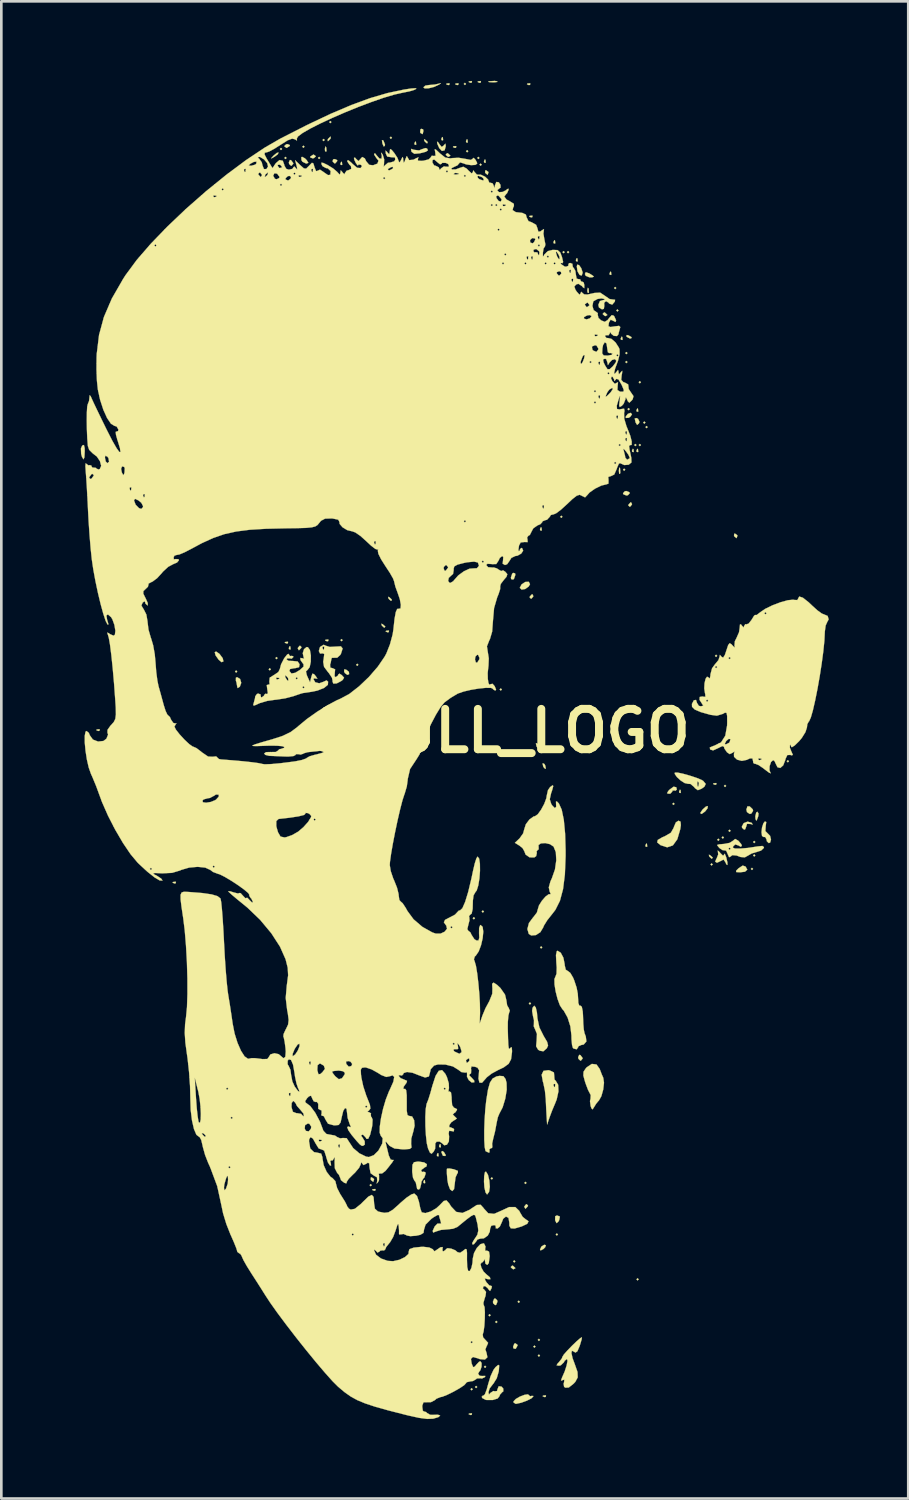
<source format=kicad_pcb>
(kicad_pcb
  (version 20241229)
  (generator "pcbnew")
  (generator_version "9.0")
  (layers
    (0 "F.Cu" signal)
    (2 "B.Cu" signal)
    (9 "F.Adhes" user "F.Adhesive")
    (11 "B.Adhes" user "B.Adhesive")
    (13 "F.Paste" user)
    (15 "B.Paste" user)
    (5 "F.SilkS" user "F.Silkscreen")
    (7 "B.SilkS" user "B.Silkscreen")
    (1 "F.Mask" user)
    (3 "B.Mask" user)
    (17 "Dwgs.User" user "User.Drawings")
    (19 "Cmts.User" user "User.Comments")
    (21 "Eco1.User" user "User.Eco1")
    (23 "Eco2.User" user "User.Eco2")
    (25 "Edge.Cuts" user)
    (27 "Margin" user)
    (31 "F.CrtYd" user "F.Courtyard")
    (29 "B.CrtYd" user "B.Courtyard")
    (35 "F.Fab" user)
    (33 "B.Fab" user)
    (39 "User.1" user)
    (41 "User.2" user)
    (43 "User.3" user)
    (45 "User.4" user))
  (footprint "SKULL_LOGO"
    (layer "F.Cu")
    (at 14.119 27.72)
    (property "Reference" "SKULL_LOGO" (at 1.778 -3.175 0) (layer "F.SilkS") (effects (font (size 1.524 1.524) (thickness 0.3))))
    (attr through_hole)
    (fp_poly (pts (xy -8.213 -5.419) (xy -8.255 -5.376) (xy -8.297 -5.419) (xy -8.255 -5.461) (xy -8.213 -5.419)) (stroke (width 0.01) (type solid)) (fill yes) (layer "F.SilkS"))
    (fp_poly (pts (xy -6.943 -5.503) (xy -6.985 -5.461) (xy -7.027 -5.503) (xy -6.985 -5.546) (xy -6.943 -5.503)) (stroke (width 0.01) (type solid)) (fill yes) (layer "F.SilkS"))
    (fp_poly (pts (xy -6.689 -5.927) (xy -6.731 -5.884) (xy -6.773 -5.927) (xy -6.731 -5.969) (xy -6.689 -5.927)) (stroke (width 0.01) (type solid)) (fill yes) (layer "F.SilkS"))
    (fp_poly (pts (xy -6.519 -25.146) (xy -6.562 -25.104) (xy -6.604 -25.146) (xy -6.562 -25.188) (xy -6.519 -25.146)) (stroke (width 0.01) (type solid)) (fill yes) (layer "F.SilkS"))
    (fp_poly (pts (xy -6.35 -24.807) (xy -6.392 -24.765) (xy -6.435 -24.807) (xy -6.392 -24.85) (xy -6.35 -24.807)) (stroke (width 0.01) (type solid)) (fill yes) (layer "F.SilkS"))
    (fp_poly (pts (xy -5.673 -25.231) (xy -5.715 -25.188) (xy -5.757 -25.231) (xy -5.715 -25.273) (xy -5.673 -25.231)) (stroke (width 0.01) (type solid)) (fill yes) (layer "F.SilkS"))
    (fp_poly (pts (xy -5.08 -24.807) (xy -5.122 -24.765) (xy -5.165 -24.807) (xy -5.122 -24.85) (xy -5.08 -24.807)) (stroke (width 0.01) (type solid)) (fill yes) (layer "F.SilkS"))
    (fp_poly (pts (xy -4.911 -25.485) (xy -4.953 -25.442) (xy -4.995 -25.485) (xy -4.953 -25.527) (xy -4.911 -25.485)) (stroke (width 0.01) (type solid)) (fill yes) (layer "F.SilkS"))
    (fp_poly (pts (xy -4.657 -26.162) (xy -4.699 -26.12) (xy -4.741 -26.162) (xy -4.699 -26.204) (xy -4.657 -26.162)) (stroke (width 0.01) (type solid)) (fill yes) (layer "F.SilkS"))
    (fp_poly (pts (xy -4.233 -6.604) (xy -4.276 -6.562) (xy -4.318 -6.604) (xy -4.276 -6.646) (xy -4.233 -6.604)) (stroke (width 0.01) (type solid)) (fill yes) (layer "F.SilkS"))
    (fp_poly (pts (xy -3.641 -5.673) (xy -3.683 -5.63) (xy -3.725 -5.673) (xy -3.683 -5.715) (xy -3.641 -5.673)) (stroke (width 0.01) (type solid)) (fill yes) (layer "F.SilkS"))
    (fp_poly (pts (xy -3.133 13.97) (xy -3.175 14.012) (xy -3.217 13.97) (xy -3.175 13.928) (xy -3.133 13.97)) (stroke (width 0.01) (type solid)) (fill yes) (layer "F.SilkS"))
    (fp_poly (pts (xy -2.371 -25.569) (xy -2.413 -25.527) (xy -2.455 -25.569) (xy -2.413 -25.612) (xy -2.371 -25.569)) (stroke (width 0.01) (type solid)) (fill yes) (layer "F.SilkS"))
    (fp_poly (pts (xy 0.423 -27.601) (xy 0.381 -27.559) (xy 0.339 -27.601) (xy 0.381 -27.644) (xy 0.423 -27.601)) (stroke (width 0.01) (type solid)) (fill yes) (layer "F.SilkS"))
    (fp_poly (pts (xy 0.508 -25.061) (xy 0.466 -25.019) (xy 0.423 -25.061) (xy 0.466 -25.104) (xy 0.508 -25.061)) (stroke (width 0.01) (type solid)) (fill yes) (layer "F.SilkS"))
    (fp_poly (pts (xy 0.677 21.675) (xy 0.635 21.717) (xy 0.593 21.675) (xy 0.635 21.632) (xy 0.677 21.675)) (stroke (width 0.01) (type solid)) (fill yes) (layer "F.SilkS"))
    (fp_poly (pts (xy 0.762 3.895) (xy 0.72 3.937) (xy 0.677 3.895) (xy 0.72 3.852) (xy 0.762 3.895)) (stroke (width 0.01) (type solid)) (fill yes) (layer "F.SilkS"))
    (fp_poly (pts (xy 0.847 21.59) (xy 0.804 21.632) (xy 0.762 21.59) (xy 0.804 21.548) (xy 0.847 21.59)) (stroke (width 0.01) (type solid)) (fill yes) (layer "F.SilkS"))
    (fp_poly (pts (xy 0.931 -24.807) (xy 0.889 -24.765) (xy 0.847 -24.807) (xy 0.889 -24.85) (xy 0.931 -24.807)) (stroke (width 0.01) (type solid)) (fill yes) (layer "F.SilkS"))
    (fp_poly (pts (xy 1.016 -24.553) (xy 0.974 -24.511) (xy 0.931 -24.553) (xy 0.974 -24.596) (xy 1.016 -24.553)) (stroke (width 0.01) (type solid)) (fill yes) (layer "F.SilkS"))
    (fp_poly (pts (xy 1.101 3.641) (xy 1.058 3.683) (xy 1.016 3.641) (xy 1.058 3.598) (xy 1.101 3.641)) (stroke (width 0.01) (type solid)) (fill yes) (layer "F.SilkS"))
    (fp_poly (pts (xy 1.185 20.828) (xy 1.143 20.87) (xy 1.101 20.828) (xy 1.143 20.786) (xy 1.185 20.828)) (stroke (width 0.01) (type solid)) (fill yes) (layer "F.SilkS"))
    (fp_poly (pts (xy 1.355 18.881) (xy 1.312 18.923) (xy 1.27 18.881) (xy 1.312 18.838) (xy 1.355 18.881)) (stroke (width 0.01) (type solid)) (fill yes) (layer "F.SilkS"))
    (fp_poly (pts (xy 1.439 13.716) (xy 1.397 13.758) (xy 1.355 13.716) (xy 1.397 13.674) (xy 1.439 13.716)) (stroke (width 0.01) (type solid)) (fill yes) (layer "F.SilkS"))
    (fp_poly (pts (xy 1.609 19.135) (xy 1.566 19.177) (xy 1.524 19.135) (xy 1.566 19.092) (xy 1.609 19.135)) (stroke (width 0.01) (type solid)) (fill yes) (layer "F.SilkS"))
    (fp_poly (pts (xy 1.778 -4.741) (xy 1.736 -4.699) (xy 1.693 -4.741) (xy 1.736 -4.784) (xy 1.778 -4.741)) (stroke (width 0.01) (type solid)) (fill yes) (layer "F.SilkS"))
    (fp_poly (pts (xy 2.286 16.849) (xy 2.244 16.891) (xy 2.201 16.849) (xy 2.244 16.806) (xy 2.286 16.849)) (stroke (width 0.01) (type solid)) (fill yes) (layer "F.SilkS"))
    (fp_poly (pts (xy 2.455 18.373) (xy 2.413 18.415) (xy 2.371 18.373) (xy 2.413 18.33) (xy 2.455 18.373)) (stroke (width 0.01) (type solid)) (fill yes) (layer "F.SilkS"))
    (fp_poly (pts (xy 2.709 13.885) (xy 2.667 13.928) (xy 2.625 13.885) (xy 2.667 13.843) (xy 2.709 13.885)) (stroke (width 0.01) (type solid)) (fill yes) (layer "F.SilkS"))
    (fp_poly (pts (xy 2.879 7.112) (xy 2.836 7.154) (xy 2.794 7.112) (xy 2.836 7.07) (xy 2.879 7.112)) (stroke (width 0.01) (type solid)) (fill yes) (layer "F.SilkS"))
    (fp_poly (pts (xy 3.048 20.066) (xy 3.006 20.108) (xy 2.963 20.066) (xy 3.006 20.024) (xy 3.048 20.066)) (stroke (width 0.01) (type solid)) (fill yes) (layer "F.SilkS"))
    (fp_poly (pts (xy 3.217 19.812) (xy 3.175 19.854) (xy 3.133 19.812) (xy 3.175 19.77) (xy 3.217 19.812)) (stroke (width 0.01) (type solid)) (fill yes) (layer "F.SilkS"))
    (fp_poly (pts (xy 3.217 20.405) (xy 3.175 20.447) (xy 3.133 20.405) (xy 3.175 20.362) (xy 3.217 20.405)) (stroke (width 0.01) (type solid)) (fill yes) (layer "F.SilkS"))
    (fp_poly (pts (xy 3.302 4.995) (xy 3.26 5.038) (xy 3.217 4.995) (xy 3.26 4.953) (xy 3.302 4.995)) (stroke (width 0.01) (type solid)) (fill yes) (layer "F.SilkS"))
    (fp_poly (pts (xy 3.895 15.833) (xy 3.852 15.875) (xy 3.81 15.833) (xy 3.852 15.79) (xy 3.895 15.833)) (stroke (width 0.01) (type solid)) (fill yes) (layer "F.SilkS"))
    (fp_poly (pts (xy 4.064 -11.261) (xy 4.022 -11.218) (xy 3.979 -11.261) (xy 4.022 -11.303) (xy 4.064 -11.261)) (stroke (width 0.01) (type solid)) (fill yes) (layer "F.SilkS"))
    (fp_poly (pts (xy 4.149 -21.251) (xy 4.106 -21.209) (xy 4.064 -21.251) (xy 4.106 -21.294) (xy 4.149 -21.251)) (stroke (width 0.01) (type solid)) (fill yes) (layer "F.SilkS"))
    (fp_poly (pts (xy 4.318 -21.251) (xy 4.276 -21.209) (xy 4.233 -21.251) (xy 4.276 -21.294) (xy 4.318 -21.251)) (stroke (width 0.01) (type solid)) (fill yes) (layer "F.SilkS"))
    (fp_poly (pts (xy 6.096 -19.897) (xy 6.054 -19.854) (xy 6.011 -19.897) (xy 6.054 -19.939) (xy 6.096 -19.897)) (stroke (width 0.01) (type solid)) (fill yes) (layer "F.SilkS"))
    (fp_poly (pts (xy 6.181 -19.05) (xy 6.138 -19.008) (xy 6.096 -19.05) (xy 6.138 -19.092) (xy 6.181 -19.05)) (stroke (width 0.01) (type solid)) (fill yes) (layer "F.SilkS"))
    (fp_poly (pts (xy 6.435 -13.039) (xy 6.392 -12.996) (xy 6.35 -13.039) (xy 6.392 -13.081) (xy 6.435 -13.039)) (stroke (width 0.01) (type solid)) (fill yes) (layer "F.SilkS"))
    (fp_poly (pts (xy 6.519 -17.441) (xy 6.477 -17.399) (xy 6.435 -17.441) (xy 6.477 -17.484) (xy 6.519 -17.441)) (stroke (width 0.01) (type solid)) (fill yes) (layer "F.SilkS"))
    (fp_poly (pts (xy 6.519 -17.103) (xy 6.477 -17.06) (xy 6.435 -17.103) (xy 6.477 -17.145) (xy 6.519 -17.103)) (stroke (width 0.01) (type solid)) (fill yes) (layer "F.SilkS"))
    (fp_poly (pts (xy 6.604 -15.325) (xy 6.562 -15.282) (xy 6.519 -15.325) (xy 6.562 -15.367) (xy 6.604 -15.325)) (stroke (width 0.01) (type solid)) (fill yes) (layer "F.SilkS"))
    (fp_poly (pts (xy 6.858 -13.97) (xy 6.816 -13.928) (xy 6.773 -13.97) (xy 6.816 -14.012) (xy 6.858 -13.97)) (stroke (width 0.01) (type solid)) (fill yes) (layer "F.SilkS"))
    (fp_poly (pts (xy 6.943 17.526) (xy 6.9 17.568) (xy 6.858 17.526) (xy 6.9 17.484) (xy 6.943 17.526)) (stroke (width 0.01) (type solid)) (fill yes) (layer "F.SilkS"))
    (fp_poly (pts (xy 7.027 -16.341) (xy 6.985 -16.298) (xy 6.943 -16.341) (xy 6.985 -16.383) (xy 7.027 -16.341)) (stroke (width 0.01) (type solid)) (fill yes) (layer "F.SilkS"))
    (fp_poly (pts (xy 7.027 -13.97) (xy 6.985 -13.928) (xy 6.943 -13.97) (xy 6.985 -14.012) (xy 7.027 -13.97)) (stroke (width 0.01) (type solid)) (fill yes) (layer "F.SilkS"))
    (fp_poly (pts (xy 7.197 -14.817) (xy 7.154 -14.774) (xy 7.112 -14.817) (xy 7.154 -14.859) (xy 7.197 -14.817)) (stroke (width 0.01) (type solid)) (fill yes) (layer "F.SilkS"))
    (fp_poly (pts (xy 7.281 -14.647) (xy 7.239 -14.605) (xy 7.197 -14.647) (xy 7.239 -14.69) (xy 7.281 -14.647)) (stroke (width 0.01) (type solid)) (fill yes) (layer "F.SilkS"))
    (fp_poly (pts (xy 8.297 -0.423) (xy 8.255 -0.381) (xy 8.213 -0.423) (xy 8.255 -0.466) (xy 8.297 -0.423)) (stroke (width 0.01) (type solid)) (fill yes) (layer "F.SilkS"))
    (fp_poly (pts (xy 9.737 1.863) (xy 9.694 1.905) (xy 9.652 1.863) (xy 9.694 1.82) (xy 9.737 1.863)) (stroke (width 0.01) (type solid)) (fill yes) (layer "F.SilkS"))
    (fp_poly (pts (xy 9.906 -6.011) (xy 9.864 -5.969) (xy 9.821 -6.011) (xy 9.864 -6.054) (xy 9.906 -6.011)) (stroke (width 0.01) (type solid)) (fill yes) (layer "F.SilkS"))
    (fp_poly (pts (xy 9.991 0.931) (xy 9.948 0.974) (xy 9.906 0.931) (xy 9.948 0.889) (xy 9.991 0.931)) (stroke (width 0.01) (type solid)) (fill yes) (layer "F.SilkS"))
    (fp_poly (pts (xy 10.16 0.847) (xy 10.118 0.889) (xy 10.075 0.847) (xy 10.118 0.804) (xy 10.16 0.847)) (stroke (width 0.01) (type solid)) (fill yes) (layer "F.SilkS"))
    (fp_poly (pts (xy 10.245 -1.101) (xy 10.202 -1.058) (xy 10.16 -1.101) (xy 10.202 -1.143) (xy 10.245 -1.101)) (stroke (width 0.01) (type solid)) (fill yes) (layer "F.SilkS"))
    (fp_poly (pts (xy 10.414 0.593) (xy 10.372 0.635) (xy 10.329 0.593) (xy 10.372 0.55) (xy 10.414 0.593)) (stroke (width 0.01) (type solid)) (fill yes) (layer "F.SilkS"))
    (fp_poly (pts (xy 11.261 2.032) (xy 11.218 2.074) (xy 11.176 2.032) (xy 11.218 1.99) (xy 11.261 2.032)) (stroke (width 0.01) (type solid)) (fill yes) (layer "F.SilkS"))
    (fp_poly (pts (xy 11.345 1.016) (xy 11.303 1.058) (xy 11.261 1.016) (xy 11.303 0.974) (xy 11.345 1.016)) (stroke (width 0.01) (type solid)) (fill yes) (layer "F.SilkS"))
    (fp_poly (pts (xy 11.345 1.524) (xy 11.303 1.566) (xy 11.261 1.524) (xy 11.303 1.482) (xy 11.345 1.524)) (stroke (width 0.01) (type solid)) (fill yes) (layer "F.SilkS"))
    (fp_poly (pts (xy 12.615 -2.032) (xy 12.573 -1.99) (xy 12.531 -2.032) (xy 12.573 -2.074) (xy 12.615 -2.032)) (stroke (width 0.01) (type solid)) (fill yes) (layer "F.SilkS"))
    (fp_poly (pts (xy -13.406 -3.231) (xy -13.417 -3.181) (xy -13.462 -3.175) (xy -13.532 -3.206) (xy -13.518 -3.231) (xy -13.418 -3.242) (xy -13.406 -3.231)) (stroke (width 0.01) (type solid)) (fill yes) (layer "F.SilkS"))
    (fp_poly (pts (xy -10.527 2.526) (xy -10.539 2.576) (xy -10.583 2.582) (xy -10.653 2.551) (xy -10.64 2.526) (xy -10.539 2.516) (xy -10.527 2.526)) (stroke (width 0.01) (type solid)) (fill yes) (layer "F.SilkS"))
    (fp_poly (pts (xy -6.294 -6.533) (xy -6.305 -6.483) (xy -6.35 -6.477) (xy -6.42 -6.508) (xy -6.406 -6.533) (xy -6.306 -6.544) (xy -6.294 -6.533)) (stroke (width 0.01) (type solid)) (fill yes) (layer "F.SilkS"))
    (fp_poly (pts (xy -6.209 -6.364) (xy -6.199 -6.264) (xy -6.209 -6.251) (xy -6.259 -6.263) (xy -6.265 -6.308) (xy -6.234 -6.377) (xy -6.209 -6.364)) (stroke (width 0.01) (type solid)) (fill yes) (layer "F.SilkS"))
    (fp_poly (pts (xy -4.853 -25.204) (xy -4.843 -25.072) (xy -4.86 -25.042) (xy -4.898 -25.067) (xy -4.904 -25.153) (xy -4.883 -25.243) (xy -4.853 -25.204)) (stroke (width 0.01) (type solid)) (fill yes) (layer "F.SilkS"))
    (fp_poly (pts (xy -4.77 -6.618) (xy -4.781 -6.568) (xy -4.826 -6.562) (xy -4.896 -6.593) (xy -4.882 -6.618) (xy -4.782 -6.628) (xy -4.77 -6.618)) (stroke (width 0.01) (type solid)) (fill yes) (layer "F.SilkS"))
    (fp_poly (pts (xy -4.262 -24.652) (xy -4.251 -24.552) (xy -4.262 -24.539) (xy -4.312 -24.551) (xy -4.318 -24.596) (xy -4.287 -24.665) (xy -4.262 -24.652)) (stroke (width 0.01) (type solid)) (fill yes) (layer "F.SilkS"))
    (fp_poly (pts (xy -2.992 14.125) (xy -3.003 14.176) (xy -3.048 14.182) (xy -3.118 14.151) (xy -3.104 14.125) (xy -3.004 14.115) (xy -2.992 14.125)) (stroke (width 0.01) (type solid)) (fill yes) (layer "F.SilkS"))
    (fp_poly (pts (xy -2.484 -6.957) (xy -2.495 -6.906) (xy -2.54 -6.9) (xy -2.61 -6.931) (xy -2.596 -6.957) (xy -2.496 -6.967) (xy -2.484 -6.957)) (stroke (width 0.01) (type solid)) (fill yes) (layer "F.SilkS"))
    (fp_poly (pts (xy -1.468 -25.414) (xy -1.457 -25.314) (xy -1.468 -25.301) (xy -1.518 -25.313) (xy -1.524 -25.358) (xy -1.493 -25.427) (xy -1.468 -25.414)) (stroke (width 0.01) (type solid)) (fill yes) (layer "F.SilkS"))
    (fp_poly (pts (xy -1.129 13.787) (xy -1.119 13.887) (xy -1.129 13.899) (xy -1.179 13.888) (xy -1.185 13.843) (xy -1.154 13.773) (xy -1.129 13.787)) (stroke (width 0.01) (type solid)) (fill yes) (layer "F.SilkS"))
    (fp_poly (pts (xy -0.621 12.771) (xy -0.611 12.871) (xy -0.621 12.883) (xy -0.671 12.872) (xy -0.677 12.827) (xy -0.646 12.757) (xy -0.621 12.771)) (stroke (width 0.01) (type solid)) (fill yes) (layer "F.SilkS"))
    (fp_poly (pts (xy -0.536 12.432) (xy -0.526 12.532) (xy -0.536 12.545) (xy -0.587 12.533) (xy -0.593 12.488) (xy -0.562 12.419) (xy -0.536 12.432)) (stroke (width 0.01) (type solid)) (fill yes) (layer "F.SilkS"))
    (fp_poly (pts (xy -0.452 -25.583) (xy -0.441 -25.483) (xy -0.452 -25.471) (xy -0.502 -25.482) (xy -0.508 -25.527) (xy -0.477 -25.597) (xy -0.452 -25.583)) (stroke (width 0.01) (type solid)) (fill yes) (layer "F.SilkS"))
    (fp_poly (pts (xy -0.198 -27.615) (xy -0.209 -27.565) (xy -0.254 -27.559) (xy -0.324 -27.59) (xy -0.31 -27.615) (xy -0.21 -27.626) (xy -0.198 -27.615)) (stroke (width 0.01) (type solid)) (fill yes) (layer "F.SilkS"))
    (fp_poly (pts (xy 0.056 -25.245) (xy 0.045 -25.194) (xy 0 -25.188) (xy -0.07 -25.219) (xy -0.056 -25.245) (xy 0.044 -25.255) (xy 0.056 -25.245)) (stroke (width 0.01) (type solid)) (fill yes) (layer "F.SilkS"))
    (fp_poly (pts (xy 0.141 -27.615) (xy 0.129 -27.565) (xy 0.085 -27.559) (xy 0.015 -27.59) (xy 0.028 -27.615) (xy 0.129 -27.626) (xy 0.141 -27.615)) (stroke (width 0.01) (type solid)) (fill yes) (layer "F.SilkS"))
    (fp_poly (pts (xy 0.48 -25.499) (xy 0.49 -25.398) (xy 0.48 -25.386) (xy 0.429 -25.398) (xy 0.423 -25.442) (xy 0.454 -25.512) (xy 0.48 -25.499)) (stroke (width 0.01) (type solid)) (fill yes) (layer "F.SilkS"))
    (fp_poly (pts (xy 0.649 -27.7) (xy 0.637 -27.65) (xy 0.593 -27.644) (xy 0.523 -27.675) (xy 0.536 -27.7) (xy 0.637 -27.71) (xy 0.649 -27.7)) (stroke (width 0.01) (type solid)) (fill yes) (layer "F.SilkS"))
    (fp_poly (pts (xy 0.649 22.592) (xy 0.637 22.642) (xy 0.593 22.648) (xy 0.523 22.617) (xy 0.536 22.592) (xy 0.637 22.582) (xy 0.649 22.592)) (stroke (width 0.01) (type solid)) (fill yes) (layer "F.SilkS"))
    (fp_poly (pts (xy 0.988 -27.7) (xy 0.976 -27.65) (xy 0.931 -27.644) (xy 0.862 -27.675) (xy 0.875 -27.7) (xy 0.975 -27.71) (xy 0.988 -27.7)) (stroke (width 0.01) (type solid)) (fill yes) (layer "F.SilkS"))
    (fp_poly (pts (xy 1.157 -24.737) (xy 1.167 -24.636) (xy 1.157 -24.624) (xy 1.107 -24.636) (xy 1.101 -24.68) (xy 1.132 -24.75) (xy 1.157 -24.737)) (stroke (width 0.01) (type solid)) (fill yes) (layer "F.SilkS"))
    (fp_poly (pts (xy 2.85 -27.615) (xy 2.839 -27.565) (xy 2.794 -27.559) (xy 2.724 -27.59) (xy 2.738 -27.615) (xy 2.838 -27.626) (xy 2.85 -27.615)) (stroke (width 0.01) (type solid)) (fill yes) (layer "F.SilkS"))
    (fp_poly (pts (xy 2.935 -22.62) (xy 2.923 -22.57) (xy 2.879 -22.564) (xy 2.809 -22.595) (xy 2.822 -22.62) (xy 2.923 -22.63) (xy 2.935 -22.62)) (stroke (width 0.01) (type solid)) (fill yes) (layer "F.SilkS"))
    (fp_poly (pts (xy 3.274 -10.851) (xy 3.284 -10.751) (xy 3.274 -10.739) (xy 3.223 -10.75) (xy 3.217 -10.795) (xy 3.248 -10.865) (xy 3.274 -10.851)) (stroke (width 0.01) (type solid)) (fill yes) (layer "F.SilkS"))
    (fp_poly (pts (xy 3.443 21.915) (xy 3.431 21.965) (xy 3.387 21.971) (xy 3.317 21.94) (xy 3.33 21.915) (xy 3.431 21.904) (xy 3.443 21.915)) (stroke (width 0.01) (type solid)) (fill yes) (layer "F.SilkS"))
    (fp_poly (pts (xy 3.782 -21.689) (xy 3.792 -21.588) (xy 3.782 -21.576) (xy 3.731 -21.588) (xy 3.725 -21.632) (xy 3.756 -21.702) (xy 3.782 -21.689)) (stroke (width 0.01) (type solid)) (fill yes) (layer "F.SilkS"))
    (fp_poly (pts (xy 4.628 -21.011) (xy 4.639 -20.911) (xy 4.628 -20.899) (xy 4.578 -20.91) (xy 4.572 -20.955) (xy 4.603 -21.025) (xy 4.628 -21.011)) (stroke (width 0.01) (type solid)) (fill yes) (layer "F.SilkS"))
    (fp_poly (pts (xy 5.053 -19.87) (xy 5.063 -19.738) (xy 5.046 -19.708) (xy 5.008 -19.733) (xy 5.002 -19.819) (xy 5.023 -19.909) (xy 5.053 -19.87)) (stroke (width 0.01) (type solid)) (fill yes) (layer "F.SilkS"))
    (fp_poly (pts (xy 5.898 -20.503) (xy 5.909 -20.403) (xy 5.898 -20.391) (xy 5.848 -20.402) (xy 5.842 -20.447) (xy 5.873 -20.517) (xy 5.898 -20.503)) (stroke (width 0.01) (type solid)) (fill yes) (layer "F.SilkS"))
    (fp_poly (pts (xy 6.237 -13.102) (xy 6.248 -12.929) (xy 6.237 -12.89) (xy 6.206 -12.88) (xy 6.194 -12.996) (xy 6.207 -13.117) (xy 6.237 -13.102)) (stroke (width 0.01) (type solid)) (fill yes) (layer "F.SilkS"))
    (fp_poly (pts (xy 6.322 -18.048) (xy 6.332 -17.948) (xy 6.322 -17.935) (xy 6.271 -17.947) (xy 6.265 -17.992) (xy 6.296 -18.061) (xy 6.322 -18.048)) (stroke (width 0.01) (type solid)) (fill yes) (layer "F.SilkS"))
    (fp_poly (pts (xy 6.745 -13.815) (xy 6.755 -13.714) (xy 6.745 -13.702) (xy 6.695 -13.714) (xy 6.689 -13.758) (xy 6.72 -13.828) (xy 6.745 -13.815)) (stroke (width 0.01) (type solid)) (fill yes) (layer "F.SilkS"))
    (fp_poly (pts (xy 6.914 -15.339) (xy 6.925 -15.238) (xy 6.914 -15.226) (xy 6.864 -15.238) (xy 6.858 -15.282) (xy 6.889 -15.352) (xy 6.914 -15.339)) (stroke (width 0.01) (type solid)) (fill yes) (layer "F.SilkS"))
    (fp_poly (pts (xy 6.914 -13.815) (xy 6.925 -13.714) (xy 6.914 -13.702) (xy 6.864 -13.714) (xy 6.858 -13.758) (xy 6.889 -13.828) (xy 6.914 -13.815)) (stroke (width 0.01) (type solid)) (fill yes) (layer "F.SilkS"))
    (fp_poly (pts (xy 7.253 1.087) (xy 7.263 1.187) (xy 7.253 1.199) (xy 7.203 1.188) (xy 7.197 1.143) (xy 7.228 1.073) (xy 7.253 1.087)) (stroke (width 0.01) (type solid)) (fill yes) (layer "F.SilkS"))
    (fp_poly (pts (xy 8.523 -0.945) (xy 8.533 -0.845) (xy 8.523 -0.833) (xy 8.473 -0.844) (xy 8.467 -0.889) (xy 8.498 -0.959) (xy 8.523 -0.945)) (stroke (width 0.01) (type solid)) (fill yes) (layer "F.SilkS"))
    (fp_poly (pts (xy 9.878 -1.199) (xy 9.866 -1.149) (xy 9.821 -1.143) (xy 9.752 -1.174) (xy 9.765 -1.199) (xy 9.865 -1.21) (xy 9.878 -1.199)) (stroke (width 0.01) (type solid)) (fill yes) (layer "F.SilkS"))
    (fp_poly (pts (xy -6.684 -24.944) (xy -6.798 -24.858) (xy -6.925 -24.786) (xy -6.919 -24.813) (xy -6.839 -24.899) (xy -6.715 -25) (xy -6.652 -25.011) (xy -6.684 -24.944)) (stroke (width 0.01) (type solid)) (fill yes) (layer "F.SilkS"))
    (fp_poly (pts (xy -4.102 -5.49) (xy -3.998 -5.408) (xy -3.989 -5.32) (xy -4.055 -5.292) (xy -4.148 -5.359) (xy -4.178 -5.414) (xy -4.174 -5.5) (xy -4.102 -5.49)) (stroke (width 0.01) (type solid)) (fill yes) (layer "F.SilkS"))
    (fp_poly (pts (xy -2.722 -7.205) (xy -2.632 -7.126) (xy -2.625 -7.107) (xy -2.665 -7.072) (xy -2.749 -7.15) (xy -2.76 -7.167) (xy -2.77 -7.225) (xy -2.722 -7.205)) (stroke (width 0.01) (type solid)) (fill yes) (layer "F.SilkS"))
    (fp_poly (pts (xy -2.699 -25.466) (xy -2.695 -25.462) (xy -2.635 -25.316) (xy -2.643 -25.261) (xy -2.686 -25.242) (xy -2.732 -25.351) (xy -2.751 -25.482) (xy -2.699 -25.466)) (stroke (width 0.01) (type solid)) (fill yes) (layer "F.SilkS"))
    (fp_poly (pts (xy -2.468 -8.221) (xy -2.378 -8.136) (xy -2.396 -8.086) (xy -2.408 -8.086) (xy -2.48 -8.146) (xy -2.506 -8.183) (xy -2.516 -8.241) (xy -2.468 -8.221)) (stroke (width 0.01) (type solid)) (fill yes) (layer "F.SilkS"))
    (fp_poly (pts (xy -1.198 -25.889) (xy -1.185 -25.828) (xy -1.213 -25.706) (xy -1.287 -25.743) (xy -1.309 -25.775) (xy -1.298 -25.884) (xy -1.271 -25.907) (xy -1.198 -25.889)) (stroke (width 0.01) (type solid)) (fill yes) (layer "F.SilkS"))
    (fp_poly (pts (xy -1.114 -25.493) (xy -1.023 -25.408) (xy -1.042 -25.358) (xy -1.053 -25.358) (xy -1.125 -25.418) (xy -1.151 -25.455) (xy -1.161 -25.513) (xy -1.114 -25.493)) (stroke (width 0.01) (type solid)) (fill yes) (layer "F.SilkS"))
    (fp_poly (pts (xy 3.13 -2.69) (xy 3.162 -2.628) (xy 3.184 -2.509) (xy 3.127 -2.532) (xy 3.087 -2.588) (xy 3.061 -2.699) (xy 3.071 -2.719) (xy 3.13 -2.69)) (stroke (width 0.01) (type solid)) (fill yes) (layer "F.SilkS"))
    (fp_poly (pts (xy 3.384 -1.928) (xy 3.416 -1.866) (xy 3.438 -1.747) (xy 3.381 -1.77) (xy 3.341 -1.826) (xy 3.315 -1.937) (xy 3.325 -1.957) (xy 3.384 -1.928)) (stroke (width 0.01) (type solid)) (fill yes) (layer "F.SilkS"))
    (fp_poly (pts (xy 3.437 16.235) (xy 3.414 16.312) (xy 3.346 16.381) (xy 3.24 16.436) (xy 3.217 16.398) (xy 3.27 16.287) (xy 3.375 16.222) (xy 3.437 16.235)) (stroke (width 0.01) (type solid)) (fill yes) (layer "F.SilkS"))
    (fp_poly (pts (xy 6.557 -18.109) (xy 6.676 -18.04) (xy 6.656 -17.996) (xy 6.609 -17.992) (xy 6.494 -18.053) (xy 6.478 -18.075) (xy 6.491 -18.123) (xy 6.557 -18.109)) (stroke (width 0.01) (type solid)) (fill yes) (layer "F.SilkS"))
    (fp_poly (pts (xy 6.919 -14.958) (xy 6.972 -14.845) (xy 6.95 -14.786) (xy 6.883 -14.73) (xy 6.825 -14.822) (xy 6.792 -14.972) (xy 6.86 -14.989) (xy 6.919 -14.958)) (stroke (width 0.01) (type solid)) (fill yes) (layer "F.SilkS"))
    (fp_poly (pts (xy 9.639 1.516) (xy 9.729 1.595) (xy 9.737 1.614) (xy 9.696 1.648) (xy 9.613 1.57) (xy 9.602 1.553) (xy 9.592 1.495) (xy 9.639 1.516)) (stroke (width 0.01) (type solid)) (fill yes) (layer "F.SilkS"))
    (fp_poly (pts (xy -6.226 -25.293) (xy -6.232 -25.259) (xy -6.343 -25.189) (xy -6.355 -25.188) (xy -6.433 -25.245) (xy -6.435 -25.259) (xy -6.366 -25.322) (xy -6.311 -25.329) (xy -6.226 -25.293)) (stroke (width 0.01) (type solid)) (fill yes) (layer "F.SilkS"))
    (fp_poly (pts (xy -6.181 -24.723) (xy -6.099 -24.614) (xy -6.096 -24.591) (xy -6.161 -24.513) (xy -6.181 -24.511) (xy -6.255 -24.58) (xy -6.265 -24.643) (xy -6.224 -24.731) (xy -6.181 -24.723)) (stroke (width 0.01) (type solid)) (fill yes) (layer "F.SilkS"))
    (fp_poly (pts (xy -5.786 -6.34) (xy -5.8 -6.308) (xy -5.876 -6.227) (xy -5.889 -6.223) (xy -5.926 -6.289) (xy -5.927 -6.308) (xy -5.862 -6.389) (xy -5.837 -6.392) (xy -5.786 -6.34)) (stroke (width 0.01) (type solid)) (fill yes) (layer "F.SilkS"))
    (fp_poly (pts (xy -5.251 -24.878) (xy -5.249 -24.864) (xy -5.318 -24.801) (xy -5.373 -24.793) (xy -5.458 -24.83) (xy -5.452 -24.864) (xy -5.341 -24.934) (xy -5.329 -24.934) (xy -5.251 -24.878)) (stroke (width 0.01) (type solid)) (fill yes) (layer "F.SilkS"))
    (fp_poly (pts (xy -4.683 -25.557) (xy -4.699 -25.527) (xy -4.779 -25.446) (xy -4.794 -25.442) (xy -4.799 -25.497) (xy -4.784 -25.527) (xy -4.704 -25.608) (xy -4.689 -25.612) (xy -4.683 -25.557)) (stroke (width 0.01) (type solid)) (fill yes) (layer "F.SilkS"))
    (fp_poly (pts (xy -4.438 -24.725) (xy -4.445 -24.68) (xy -4.517 -24.6) (xy -4.53 -24.596) (xy -4.597 -24.655) (xy -4.614 -24.68) (xy -4.594 -24.752) (xy -4.53 -24.765) (xy -4.438 -24.725)) (stroke (width 0.01) (type solid)) (fill yes) (layer "F.SilkS"))
    (fp_poly (pts (xy -3.051 13.735) (xy -3.048 13.758) (xy -3.077 13.841) (xy -3.085 13.843) (xy -3.158 13.784) (xy -3.175 13.758) (xy -3.168 13.68) (xy -3.138 13.674) (xy -3.051 13.735)) (stroke (width 0.01) (type solid)) (fill yes) (layer "F.SilkS"))
    (fp_poly (pts (xy -0.408 12.724) (xy -0.343 12.832) (xy -0.351 12.868) (xy -0.44 12.865) (xy -0.452 12.855) (xy -0.507 12.725) (xy -0.508 12.711) (xy -0.465 12.68) (xy -0.408 12.724)) (stroke (width 0.01) (type solid)) (fill yes) (layer "F.SilkS"))
    (fp_poly (pts (xy -0.254 -24.977) (xy -0.173 -24.901) (xy -0.169 -24.887) (xy -0.235 -24.851) (xy -0.254 -24.85) (xy -0.335 -24.915) (xy -0.339 -24.939) (xy -0.287 -24.99) (xy -0.254 -24.977)) (stroke (width 0.01) (type solid)) (fill yes) (layer "F.SilkS"))
    (fp_poly (pts (xy 1.267 -24.28) (xy 1.27 -24.257) (xy 1.241 -24.175) (xy 1.233 -24.172) (xy 1.16 -24.232) (xy 1.143 -24.257) (xy 1.15 -24.335) (xy 1.18 -24.342) (xy 1.267 -24.28)) (stroke (width 0.01) (type solid)) (fill yes) (layer "F.SilkS"))
    (fp_poly (pts (xy 1.587 -27.702) (xy 1.614 -27.677) (xy 1.497 -27.664) (xy 1.439 -27.663) (xy 1.285 -27.672) (xy 1.267 -27.694) (xy 1.291 -27.702) (xy 1.506 -27.715) (xy 1.587 -27.702)) (stroke (width 0.01) (type solid)) (fill yes) (layer "F.SilkS"))
    (fp_poly (pts (xy 1.599 18.314) (xy 1.609 18.373) (xy 1.563 18.485) (xy 1.524 18.5) (xy 1.449 18.431) (xy 1.439 18.373) (xy 1.485 18.26) (xy 1.524 18.246) (xy 1.599 18.314)) (stroke (width 0.01) (type solid)) (fill yes) (layer "F.SilkS"))
    (fp_poly (pts (xy 2.201 17.018) (xy 2.282 17.094) (xy 2.286 17.108) (xy 2.22 17.144) (xy 2.201 17.145) (xy 2.12 17.08) (xy 2.117 17.055) (xy 2.169 17.005) (xy 2.201 17.018)) (stroke (width 0.01) (type solid)) (fill yes) (layer "F.SilkS"))
    (fp_poly (pts (xy 2.275 -9.126) (xy 2.286 -9.069) (xy 2.236 -8.923) (xy 2.201 -8.89) (xy 2.128 -8.908) (xy 2.117 -8.965) (xy 2.166 -9.111) (xy 2.201 -9.144) (xy 2.275 -9.126)) (stroke (width 0.01) (type solid)) (fill yes) (layer "F.SilkS"))
    (fp_poly (pts (xy 2.368 20) (xy 2.371 20.019) (xy 2.309 20.133) (xy 2.286 20.151) (xy 2.214 20.131) (xy 2.201 20.071) (xy 2.246 19.955) (xy 2.286 19.939) (xy 2.368 20)) (stroke (width 0.01) (type solid)) (fill yes) (layer "F.SilkS"))
    (fp_poly (pts (xy 2.765 14.742) (xy 2.752 14.774) (xy 2.676 14.855) (xy 2.662 14.859) (xy 2.626 14.793) (xy 2.625 14.774) (xy 2.69 14.693) (xy 2.714 14.69) (xy 2.765 14.742)) (stroke (width 0.01) (type solid)) (fill yes) (layer "F.SilkS"))
    (fp_poly (pts (xy 2.962 -8.274) (xy 2.963 -8.255) (xy 2.898 -8.174) (xy 2.874 -8.17) (xy 2.823 -8.222) (xy 2.836 -8.255) (xy 2.912 -8.336) (xy 2.926 -8.34) (xy 2.962 -8.274)) (stroke (width 0.01) (type solid)) (fill yes) (layer "F.SilkS"))
    (fp_poly (pts (xy 3.968 15.157) (xy 3.939 15.295) (xy 3.905 15.353) (xy 3.84 15.405) (xy 3.79 15.3) (xy 3.787 15.289) (xy 3.791 15.143) (xy 3.86 15.113) (xy 3.968 15.157)) (stroke (width 0.01) (type solid)) (fill yes) (layer "F.SilkS"))
    (fp_poly (pts (xy 4.741 9.059) (xy 4.823 9.168) (xy 4.826 9.191) (xy 4.761 9.269) (xy 4.741 9.271) (xy 4.667 9.202) (xy 4.657 9.139) (xy 4.698 9.051) (xy 4.741 9.059)) (stroke (width 0.01) (type solid)) (fill yes) (layer "F.SilkS"))
    (fp_poly (pts (xy 5.673 -18.965) (xy 5.753 -18.889) (xy 5.757 -18.876) (xy 5.692 -18.839) (xy 5.673 -18.838) (xy 5.591 -18.903) (xy 5.588 -18.928) (xy 5.64 -18.979) (xy 5.673 -18.965)) (stroke (width 0.01) (type solid)) (fill yes) (layer "F.SilkS"))
    (fp_poly (pts (xy 6.59 -12.189) (xy 6.604 -12.15) (xy 6.535 -12.075) (xy 6.477 -12.065) (xy 6.364 -12.111) (xy 6.35 -12.15) (xy 6.419 -12.225) (xy 6.477 -12.234) (xy 6.59 -12.189)) (stroke (width 0.01) (type solid)) (fill yes) (layer "F.SilkS"))
    (fp_poly (pts (xy 6.688 -11.745) (xy 6.689 -11.726) (xy 6.624 -11.645) (xy 6.599 -11.642) (xy 6.548 -11.694) (xy 6.562 -11.726) (xy 6.638 -11.807) (xy 6.651 -11.811) (xy 6.688 -11.745)) (stroke (width 0.01) (type solid)) (fill yes) (layer "F.SilkS"))
    (fp_poly (pts (xy 6.688 -15.135) (xy 6.689 -15.129) (xy 6.621 -15.031) (xy 6.555 -14.995) (xy 6.455 -14.993) (xy 6.454 -15.044) (xy 6.532 -15.146) (xy 6.634 -15.185) (xy 6.688 -15.135)) (stroke (width 0.01) (type solid)) (fill yes) (layer "F.SilkS"))
    (fp_poly (pts (xy 9.541 -0.254) (xy 9.448 -0.135) (xy 9.331 -0.052) (xy 9.29 -0.042) (xy 9.274 -0.094) (xy 9.356 -0.212) (xy 9.481 -0.323) (xy 9.551 -0.341) (xy 9.541 -0.254)) (stroke (width 0.01) (type solid)) (fill yes) (layer "F.SilkS"))
    (fp_poly (pts (xy 10.665 -10.564) (xy 10.668 -10.541) (xy 10.639 -10.459) (xy 10.631 -10.456) (xy 10.558 -10.516) (xy 10.541 -10.541) (xy 10.548 -10.619) (xy 10.578 -10.626) (xy 10.665 -10.564)) (stroke (width 0.01) (type solid)) (fill yes) (layer "F.SilkS"))
    (fp_poly (pts (xy 10.976 1.942) (xy 11.042 2.061) (xy 10.955 2.138) (xy 10.775 2.159) (xy 10.622 2.151) (xy 10.621 2.1) (xy 10.716 2.005) (xy 10.869 1.906) (xy 10.976 1.942)) (stroke (width 0.01) (type solid)) (fill yes) (layer "F.SilkS"))
    (fp_poly (pts (xy 11.134 -0.327) (xy 11.246 -0.22) (xy 11.261 -0.16) (xy 11.193 -0.056) (xy 11.134 -0.042) (xy 11.03 -0.113) (xy 11.007 -0.209) (xy 11.048 -0.33) (xy 11.134 -0.327)) (stroke (width 0.01) (type solid)) (fill yes) (layer "F.SilkS"))
    (fp_poly (pts (xy 11.466 -0.06) (xy 11.455 0.042) (xy 11.405 0.179) (xy 11.378 0.212) (xy 11.351 0.14) (xy 11.345 0.042) (xy 11.378 -0.095) (xy 11.422 -0.127) (xy 11.466 -0.06)) (stroke (width 0.01) (type solid)) (fill yes) (layer "F.SilkS"))
    (fp_poly (pts (xy -13.973 -13.853) (xy -13.97 -13.733) (xy -13.983 -13.501) (xy -14.019 -13.43) (xy -14.073 -13.521) (xy -14.106 -13.638) (xy -14.114 -13.84) (xy -14.065 -13.951) (xy -14.001 -13.972) (xy -13.973 -13.853)) (stroke (width 0.01) (type solid)) (fill yes) (layer "F.SilkS"))
    (fp_poly (pts (xy -8.887 -6.089) (xy -8.88 -6.081) (xy -8.762 -5.923) (xy -8.734 -5.802) (xy -8.804 -5.772) (xy -8.913 -5.863) (xy -9.031 -6.029) (xy -9.062 -6.145) (xy -9.013 -6.176) (xy -8.887 -6.089)) (stroke (width 0.01) (type solid)) (fill yes) (layer "F.SilkS"))
    (fp_poly (pts (xy -5.657 -24.792) (xy -5.588 -24.723) (xy -5.528 -24.622) (xy -5.601 -24.596) (xy -5.611 -24.596) (xy -5.751 -24.664) (xy -5.788 -24.723) (xy -5.795 -24.832) (xy -5.765 -24.85) (xy -5.657 -24.792)) (stroke (width 0.01) (type solid)) (fill yes) (layer "F.SilkS"))
    (fp_poly (pts (xy 5.074 -20.45) (xy 5.08 -20.447) (xy 5.213 -20.363) (xy 5.249 -20.322) (xy 5.178 -20.3) (xy 5.08 -20.301) (xy 4.942 -20.358) (xy 4.911 -20.426) (xy 4.945 -20.494) (xy 5.074 -20.45)) (stroke (width 0.01) (type solid)) (fill yes) (layer "F.SilkS"))
    (fp_poly (pts (xy -8.106 -5.139) (xy -8.062 -4.993) (xy -8.113 -4.85) (xy -8.117 -4.846) (xy -8.198 -4.794) (xy -8.213 -4.844) (xy -8.241 -5.004) (xy -8.264 -5.073) (xy -8.263 -5.186) (xy -8.219 -5.207) (xy -8.106 -5.139)) (stroke (width 0.01) (type solid)) (fill yes) (layer "F.SilkS"))
    (fp_poly (pts (xy 2.794 -8.805) (xy 2.84 -8.715) (xy 2.788 -8.628) (xy 2.657 -8.534) (xy 2.523 -8.513) (xy 2.456 -8.575) (xy 2.455 -8.583) (xy 2.52 -8.708) (xy 2.659 -8.801) (xy 2.791 -8.807) (xy 2.794 -8.805)) (stroke (width 0.01) (type solid)) (fill yes) (layer "F.SilkS"))
    (fp_poly (pts (xy 4.692 -20.761) (xy 4.773 -20.646) (xy 4.822 -20.499) (xy 4.825 -20.468) (xy 4.79 -20.368) (xy 4.711 -20.391) (xy 4.636 -20.52) (xy 4.628 -20.549) (xy 4.606 -20.713) (xy 4.622 -20.78) (xy 4.692 -20.761)) (stroke (width 0.01) (type solid)) (fill yes) (layer "F.SilkS"))
    (fp_poly (pts (xy -0.578 -27.586) (xy -0.593 -27.577) (xy -0.782 -27.489) (xy -0.983 -27.438) (xy -1.136 -27.433) (xy -1.185 -27.473) (xy -1.113 -27.538) (xy -0.981 -27.559) (xy -0.749 -27.579) (xy -0.621 -27.608) (xy -0.524 -27.631) (xy -0.578 -27.586)) (stroke (width 0.01) (type solid)) (fill yes) (layer "F.SilkS"))
    (fp_poly (pts (xy -0.626 -25.396) (xy -0.58 -25.326) (xy -0.496 -25.223) (xy -0.425 -25.269) (xy -0.415 -25.284) (xy -0.355 -25.347) (xy -0.34 -25.257) (xy -0.384 -25.096) (xy -0.486 -25.071) (xy -0.588 -25.18) (xy -0.659 -25.34) (xy -0.67 -25.423) (xy -0.626 -25.396)) (stroke (width 0.01) (type solid)) (fill yes) (layer "F.SilkS"))
    (fp_poly (pts (xy 8.36 -1.051) (xy 8.382 -0.964) (xy 8.33 -0.918) (xy 8.297 -0.931) (xy 8.219 -0.925) (xy 8.213 -0.894) (xy 8.144 -0.814) (xy 8.086 -0.804) (xy 8.011 -0.825) (xy 8.059 -0.908) (xy 8.107 -0.96) (xy 8.26 -1.072) (xy 8.36 -1.051)) (stroke (width 0.01) (type solid)) (fill yes) (layer "F.SilkS"))
    (fp_poly (pts (xy 11.203 0.29) (xy 11.211 0.299) (xy 11.247 0.357) (xy 11.155 0.335) (xy 11.032 0.331) (xy 11.007 0.414) (xy 10.964 0.533) (xy 10.922 0.55) (xy 10.845 0.482) (xy 10.837 0.432) (xy 10.906 0.304) (xy 11.055 0.247) (xy 11.203 0.29)) (stroke (width 0.01) (type solid)) (fill yes) (layer "F.SilkS"))
    (fp_poly (pts (xy 1.252 13.58) (xy 1.304 13.798) (xy 1.322 14.036) (xy 1.295 14.217) (xy 1.287 14.234) (xy 1.219 14.324) (xy 1.168 14.258) (xy 1.156 14.226) (xy 1.117 14.053) (xy 1.102 13.835) (xy 1.109 13.627) (xy 1.137 13.484) (xy 1.176 13.456) (xy 1.252 13.58)) (stroke (width 0.01) (type solid)) (fill yes) (layer "F.SilkS"))
    (fp_poly (pts (xy -1.048 -25.164) (xy -1.014 -25.095) (xy -1.093 -25.041) (xy -1.313 -24.984) (xy -1.323 -24.982) (xy -1.527 -24.964) (xy -1.627 -25.034) (xy -1.639 -25.06) (xy -1.652 -25.151) (xy -1.556 -25.12) (xy -1.549 -25.116) (xy -1.346 -25.091) (xy -1.258 -25.131) (xy -1.112 -25.181) (xy -1.048 -25.164)) (stroke (width 0.01) (type solid)) (fill yes) (layer "F.SilkS"))
    (fp_poly (pts (xy -0.034 13.372) (xy 0.116 13.431) (xy 0.115 13.506) (xy 0.097 13.526) (xy 0.029 13.673) (xy 0.00003 13.895) (xy 0 13.902) (xy -0.028 14.121) (xy -0.095 14.194) (xy -0.177 14.131) (xy -0.249 13.944) (xy -0.278 13.78) (xy -0.299 13.538) (xy -0.3 13.378) (xy -0.293 13.346) (xy -0.198 13.341) (xy -0.034 13.372)) (stroke (width 0.01) (type solid)) (fill yes) (layer "F.SilkS"))
    (fp_poly (pts (xy 2.794 21.895) (xy 2.846 21.942) (xy 2.879 21.929) (xy 2.957 21.926) (xy 2.963 21.949) (xy 2.892 22.02) (xy 2.719 22.107) (xy 2.509 22.183) (xy 2.324 22.224) (xy 2.294 22.225) (xy 2.215 22.17) (xy 2.218 22.132) (xy 2.302 22.043) (xy 2.459 21.952) (xy 2.632 21.886) (xy 2.761 21.867) (xy 2.794 21.895)) (stroke (width 0.01) (type solid)) (fill yes) (layer "F.SilkS"))
    (fp_poly (pts (xy 8.522 0.248) (xy 8.534 0.381) (xy 8.512 0.529) (xy 8.4 0.913) (xy 8.233 1.144) (xy 8.018 1.217) (xy 7.768 1.136) (xy 7.641 1.032) (xy 7.661 0.939) (xy 7.836 0.837) (xy 7.922 0.802) (xy 8.157 0.666) (xy 8.265 0.474) (xy 8.271 0.448) (xy 8.345 0.276) (xy 8.444 0.212) (xy 8.522 0.248)) (stroke (width 0.01) (type solid)) (fill yes) (layer "F.SilkS"))
    (fp_poly (pts (xy 11.757 0.261) (xy 11.737 0.413) (xy 11.724 0.603) (xy 11.809 0.688) (xy 11.902 0.783) (xy 11.937 0.924) (xy 11.905 1.036) (xy 11.853 1.058) (xy 11.78 0.989) (xy 11.769 0.922) (xy 11.717 0.826) (xy 11.66 0.828) (xy 11.598 0.789) (xy 11.579 0.649) (xy 11.598 0.469) (xy 11.65 0.309) (xy 11.706 0.241) (xy 11.757 0.261)) (stroke (width 0.01) (type solid)) (fill yes) (layer "F.SilkS"))
    (fp_poly (pts (xy 3.057 7.263) (xy 3.101 7.456) (xy 3.118 7.667) (xy 3.193 8.015) (xy 3.355 8.34) (xy 3.486 8.561) (xy 3.521 8.7) (xy 3.472 8.805) (xy 3.344 8.918) (xy 3.211 8.896) (xy 3.145 8.857) (xy 3.07 8.727) (xy 3.089 8.516) (xy 3.101 8.26) (xy 3.047 8.127) (xy 2.98 7.972) (xy 2.986 7.898) (xy 2.988 7.738) (xy 2.954 7.6) (xy 2.918 7.394) (xy 2.935 7.275) (xy 2.998 7.196) (xy 3.057 7.263)) (stroke (width 0.01) (type solid)) (fill yes) (layer "F.SilkS"))
    (fp_poly (pts (xy 9.997 1.399) (xy 10.026 1.434) (xy 10.128 1.534) (xy 10.166 1.492) (xy 10.167 1.477) (xy 10.192 1.46) (xy 10.241 1.579) (xy 10.249 1.604) (xy 10.292 1.791) (xy 10.29 1.886) (xy 10.251 1.859) (xy 10.212 1.772) (xy 10.145 1.68) (xy 10.036 1.733) (xy 10.03 1.738) (xy 9.898 1.799) (xy 9.829 1.759) (xy 9.872 1.652) (xy 9.884 1.639) (xy 9.944 1.485) (xy 9.935 1.408) (xy 9.927 1.335) (xy 9.997 1.399)) (stroke (width 0.01) (type solid)) (fill yes) (layer "F.SilkS"))
    (fp_poly (pts (xy -1.159 13.111) (xy -1.053 13.181) (xy -1.069 13.263) (xy -1.138 13.302) (xy -1.253 13.388) (xy -1.27 13.434) (xy -1.218 13.476) (xy -1.185 13.462) (xy -1.112 13.48) (xy -1.101 13.537) (xy -1.15 13.683) (xy -1.185 13.716) (xy -1.257 13.836) (xy -1.27 13.928) (xy -1.31 14.088) (xy -1.355 14.139) (xy -1.422 14.114) (xy -1.439 14.022) (xy -1.477 13.858) (xy -1.524 13.801) (xy -1.578 13.69) (xy -1.607 13.479) (xy -1.609 13.415) (xy -1.598 13.2) (xy -1.542 13.105) (xy -1.404 13.081) (xy -1.36 13.081) (xy -1.159 13.111)) (stroke (width 0.01) (type solid)) (fill yes) (layer "F.SilkS"))
    (fp_poly (pts (xy 5.35 9.415) (xy 5.469 9.583) (xy 5.471 9.587) (xy 5.547 9.787) (xy 5.605 9.918) (xy 5.632 10.105) (xy 5.603 10.361) (xy 5.533 10.611) (xy 5.438 10.78) (xy 5.42 10.795) (xy 5.336 10.897) (xy 5.273 10.999) (xy 5.202 11.11) (xy 5.157 11.068) (xy 5.127 10.979) (xy 5.103 10.797) (xy 5.124 10.707) (xy 5.13 10.569) (xy 5.103 10.516) (xy 5.03 10.375) (xy 4.943 10.146) (xy 4.915 10.062) (xy 4.853 9.832) (xy 4.86 9.689) (xy 4.944 9.562) (xy 4.98 9.522) (xy 5.174 9.393) (xy 5.35 9.415)) (stroke (width 0.01) (type solid)) (fill yes) (layer "F.SilkS"))
    (fp_poly (pts (xy 8.608 -1.563) (xy 8.863 -1.492) (xy 9.114 -1.41) (xy 9.309 -1.331) (xy 9.377 -1.291) (xy 9.473 -1.176) (xy 9.422 -1.071) (xy 9.317 -0.996) (xy 9.174 -0.94) (xy 9.065 -1.018) (xy 9.033 -1.062) (xy 8.898 -1.175) (xy 8.792 -1.185) (xy 8.755 -1.192) (xy 9.151 -1.192) (xy 9.166 -1.083) (xy 9.195 -1.081) (xy 9.215 -1.195) (xy 9.202 -1.244) (xy 9.164 -1.276) (xy 9.151 -1.192) (xy 8.755 -1.192) (xy 8.679 -1.208) (xy 8.525 -1.307) (xy 8.383 -1.438) (xy 8.302 -1.556) (xy 8.307 -1.604) (xy 8.405 -1.605) (xy 8.608 -1.563)) (stroke (width 0.01) (type solid)) (fill yes) (layer "F.SilkS"))
    (fp_poly (pts (xy 3.586 9.641) (xy 3.743 9.717) (xy 3.752 9.831) (xy 3.763 9.981) (xy 3.812 10.034) (xy 3.902 10.181) (xy 3.913 10.43) (xy 3.847 10.733) (xy 3.789 10.88) (xy 3.673 11.155) (xy 3.574 11.418) (xy 3.57 11.43) (xy 3.485 11.684) (xy 3.467 11.388) (xy 3.451 11.106) (xy 3.436 10.781) (xy 3.433 10.71) (xy 3.402 10.405) (xy 3.36 10.202) (xy 3.725 10.202) (xy 3.756 10.272) (xy 3.782 10.259) (xy 3.792 10.158) (xy 3.782 10.146) (xy 3.731 10.158) (xy 3.725 10.202) (xy 3.36 10.202) (xy 3.344 10.123) (xy 3.326 10.066) (xy 3.278 9.803) (xy 3.347 9.656) (xy 3.53 9.63) (xy 3.586 9.641)) (stroke (width 0.01) (type solid)) (fill yes) (layer "F.SilkS"))
    (fp_poly (pts (xy 1.836 9.857) (xy 1.917 9.965) (xy 1.954 10.107) (xy 1.96 10.373) (xy 1.905 10.708) (xy 1.806 11.033) (xy 1.684 11.266) (xy 1.625 11.407) (xy 1.577 11.628) (xy 1.574 11.647) (xy 1.519 11.943) (xy 1.452 12.207) (xy 1.409 12.403) (xy 1.416 12.52) (xy 1.419 12.524) (xy 1.402 12.569) (xy 1.364 12.573) (xy 1.3 12.623) (xy 1.312 12.658) (xy 1.308 12.736) (xy 1.28 12.742) (xy 1.166 12.689) (xy 1.159 12.679) (xy 1.128 12.533) (xy 1.112 12.261) (xy 1.111 11.904) (xy 1.125 11.503) (xy 1.152 11.101) (xy 1.188 10.767) (xy 1.253 10.363) (xy 1.328 10.099) (xy 1.429 9.944) (xy 1.573 9.866) (xy 1.688 9.845) (xy 1.836 9.857)) (stroke (width 0.01) (type solid)) (fill yes) (layer "F.SilkS"))
    (fp_poly (pts (xy 1.676 20.776) (xy 1.666 20.933) (xy 1.658 21.003) (xy 1.584 21.259) (xy 1.457 21.464) (xy 1.444 21.476) (xy 1.315 21.646) (xy 1.271 21.784) (xy 1.288 21.876) (xy 1.346 21.812) (xy 1.457 21.74) (xy 1.515 21.753) (xy 1.595 21.741) (xy 1.609 21.68) (xy 1.658 21.562) (xy 1.764 21.575) (xy 1.83 21.649) (xy 1.831 21.757) (xy 1.793 21.783) (xy 1.7 21.885) (xy 1.693 21.926) (xy 1.619 22.023) (xy 1.438 22.08) (xy 1.21 22.082) (xy 1.164 22.074) (xy 1.038 22.008) (xy 1.016 21.96) (xy 1.064 21.909) (xy 1.083 21.918) (xy 1.135 21.866) (xy 1.204 21.688) (xy 1.261 21.478) (xy 1.349 21.186) (xy 1.46 20.945) (xy 1.534 20.845) (xy 1.639 20.755) (xy 1.676 20.776)) (stroke (width 0.01) (type solid)) (fill yes) (layer "F.SilkS"))
    (fp_poly (pts (xy 4.787 19.798) (xy 4.732 19.983) (xy 4.711 20.047) (xy 4.628 20.242) (xy 4.554 20.292) (xy 4.503 20.259) (xy 4.421 20.22) (xy 4.403 20.31) (xy 4.447 20.507) (xy 4.53 20.73) (xy 4.632 21.023) (xy 4.64 21.227) (xy 4.55 21.395) (xy 4.487 21.463) (xy 4.303 21.609) (xy 4.17 21.615) (xy 4.126 21.582) (xy 4.108 21.47) (xy 4.127 21.398) (xy 4.135 21.31) (xy 4.072 21.331) (xy 4.008 21.348) (xy 4.045 21.243) (xy 4.046 21.239) (xy 4.147 21.008) (xy 4.221 20.78) (xy 4.255 20.604) (xy 4.236 20.532) (xy 4.235 20.532) (xy 4.149 20.599) (xy 4.118 20.659) (xy 4.002 20.771) (xy 3.934 20.786) (xy 3.843 20.772) (xy 3.88 20.705) (xy 3.931 20.653) (xy 4.038 20.517) (xy 4.064 20.447) (xy 4.117 20.363) (xy 4.251 20.212) (xy 4.425 20.032) (xy 4.601 19.863) (xy 4.739 19.745) (xy 4.799 19.714) (xy 4.787 19.798)) (stroke (width 0.01) (type solid)) (fill yes) (layer "F.SilkS"))
    (fp_poly (pts (xy 10.699 0.965) (xy 10.704 0.968) (xy 10.814 1.097) (xy 10.837 1.164) (xy 10.789 1.196) (xy 10.724 1.154) (xy 10.587 1.107) (xy 10.503 1.189) (xy 10.499 1.23) (xy 10.575 1.262) (xy 10.777 1.264) (xy 11.063 1.24) (xy 11.391 1.19) (xy 11.418 1.185) (xy 11.61 1.165) (xy 11.671 1.208) (xy 11.665 1.243) (xy 11.561 1.34) (xy 11.423 1.384) (xy 11.207 1.449) (xy 11.091 1.516) (xy 10.948 1.596) (xy 10.785 1.582) (xy 10.638 1.526) (xy 10.474 1.512) (xy 10.417 1.561) (xy 10.354 1.591) (xy 10.302 1.471) (xy 10.244 1.344) (xy 10.196 1.333) (xy 10.108 1.323) (xy 10.028 1.27) (xy 10.329 1.27) (xy 10.372 1.312) (xy 10.414 1.27) (xy 10.372 1.228) (xy 10.329 1.27) (xy 10.028 1.27) (xy 9.987 1.242) (xy 9.909 1.145) (xy 9.906 1.127) (xy 9.98 1.105) (xy 10.159 1.089) (xy 10.17 1.088) (xy 10.377 1.048) (xy 10.503 0.967) (xy 10.582 0.9) (xy 10.699 0.965)) (stroke (width 0.01) (type solid)) (fill yes) (layer "F.SilkS"))
    (fp_poly (pts (xy 4 5.197) (xy 4.099 5.384) (xy 4.147 5.625) (xy 4.149 5.667) (xy 4.188 5.835) (xy 4.264 5.884) (xy 4.36 5.957) (xy 4.468 6.141) (xy 4.51 6.244) (xy 4.598 6.512) (xy 4.643 6.744) (xy 4.661 7.035) (xy 4.663 7.093) (xy 4.701 7.195) (xy 4.746 7.194) (xy 4.795 7.239) (xy 4.83 7.414) (xy 4.839 7.552) (xy 4.851 7.883) (xy 4.869 8.095) (xy 4.898 8.236) (xy 4.944 8.356) (xy 4.945 8.357) (xy 4.968 8.545) (xy 4.866 8.662) (xy 4.779 8.678) (xy 4.669 8.726) (xy 4.657 8.763) (xy 4.601 8.843) (xy 4.485 8.813) (xy 4.459 8.791) (xy 4.426 8.68) (xy 4.406 8.46) (xy 4.403 8.317) (xy 4.363 7.977) (xy 4.258 7.643) (xy 4.114 7.384) (xy 4.059 7.324) (xy 3.965 7.177) (xy 3.878 6.938) (xy 3.807 6.659) (xy 3.764 6.392) (xy 3.761 6.188) (xy 3.796 6.105) (xy 3.84 5.991) (xy 3.847 5.752) (xy 3.834 5.587) (xy 3.819 5.282) (xy 3.851 5.136) (xy 3.88 5.122) (xy 4 5.197)) (stroke (width 0.01) (type solid)) (fill yes) (layer "F.SilkS"))
    (fp_poly (pts (xy -4.869 -6.393) (xy -4.719 -6.348) (xy -4.502 -6.36) (xy -4.499 -6.36) (xy -4.299 -6.371) (xy -4.234 -6.289) (xy -4.294 -6.1) (xy -4.319 -6.051) (xy -4.441 -5.939) (xy -4.531 -5.939) (xy -4.639 -5.938) (xy -4.657 -5.9) (xy -4.685 -5.749) (xy -4.708 -5.68) (xy -4.7 -5.567) (xy -4.618 -5.546) (xy -4.518 -5.502) (xy -4.53 -5.376) (xy -4.538 -5.24) (xy -4.493 -5.207) (xy -4.407 -5.273) (xy -4.403 -5.302) (xy -4.356 -5.342) (xy -4.268 -5.285) (xy -4.18 -5.188) (xy -4.231 -5.104) (xy -4.284 -5.063) (xy -4.458 -4.971) (xy -4.584 -4.964) (xy -4.617 -5.041) (xy -4.611 -5.059) (xy -4.637 -5.184) (xy -4.753 -5.36) (xy -4.789 -5.4) (xy -4.936 -5.598) (xy -4.968 -5.786) (xy -4.95 -5.898) (xy -4.929 -6.078) (xy -4.978 -6.107) (xy -4.98 -6.105) (xy -5.087 -6.098) (xy -5.133 -6.194) (xy -5.1 -6.308) (xy -4.995 -6.308) (xy -4.964 -6.238) (xy -4.939 -6.251) (xy -4.929 -6.352) (xy -4.939 -6.364) (xy -4.989 -6.352) (xy -4.995 -6.308) (xy -5.1 -6.308) (xy -5.094 -6.33) (xy -5.076 -6.355) (xy -4.95 -6.43) (xy -4.869 -6.393)) (stroke (width 0.01) (type solid)) (fill yes) (layer "F.SilkS"))
    (fp_poly (pts (xy -0.355 9.771) (xy -0.296 9.895) (xy -0.227 10.128) (xy -0.22 10.316) (xy -0.227 10.338) (xy -0.24 10.438) (xy -0.198 10.432) (xy -0.144 10.469) (xy -0.12 10.647) (xy -0.12 10.714) (xy -0.1 10.954) (xy -0.03 11.048) (xy -0.021 11.049) (xy 0.077 11.098) (xy 0.085 11.127) (xy 0.019 11.225) (xy -0.021 11.247) (xy -0.076 11.305) (xy -0.002 11.377) (xy 0.076 11.455) (xy -0.002 11.511) (xy -0.017 11.517) (xy -0.133 11.597) (xy -0.206 11.704) (xy -0.209 11.781) (xy -0.156 11.789) (xy -0.047 11.835) (xy -0.025 11.875) (xy -0.043 11.944) (xy -0.123 11.928) (xy -0.214 11.919) (xy -0.231 12.019) (xy -0.215 12.131) (xy -0.223 12.318) (xy -0.296 12.442) (xy -0.398 12.465) (xy -0.468 12.4) (xy -0.572 12.325) (xy -0.688 12.33) (xy -0.742 12.405) (xy -0.735 12.438) (xy -0.743 12.597) (xy -0.796 12.702) (xy -0.875 12.785) (xy -0.937 12.745) (xy -1.008 12.592) (xy -1.056 12.394) (xy -1.09 12.094) (xy -1.11 11.744) (xy -1.113 11.395) (xy -1.098 11.096) (xy -1.065 10.9) (xy -1.051 10.868) (xy -0.999 10.738) (xy -0.923 10.497) (xy -0.877 10.329) (xy -0.423 10.329) (xy -0.381 10.372) (xy -0.339 10.329) (xy -0.381 10.287) (xy -0.423 10.329) (xy -0.877 10.329) (xy -0.844 10.209) (xy -0.726 9.847) (xy -0.605 9.653) (xy -0.481 9.627) (xy -0.355 9.771)) (stroke (width 0.01) (type solid)) (fill yes) (layer "F.SilkS"))
    (fp_poly (pts (xy 3.717 -1.097) (xy 3.677 -0.946) (xy 3.634 -0.82) (xy 3.585 -0.597) (xy 3.641 -0.42) (xy 3.676 -0.365) (xy 3.779 -0.262) (xy 3.827 -0.316) (xy 3.819 -0.508) (xy 3.852 -0.518) (xy 3.931 -0.435) (xy 4.036 -0.203) (xy 4.115 0.18) (xy 4.164 0.698) (xy 4.183 1.335) (xy 4.183 1.539) (xy 4.156 2.239) (xy 4.086 2.797) (xy 3.969 3.235) (xy 3.798 3.577) (xy 3.67 3.743) (xy 3.492 3.967) (xy 3.366 4.17) (xy 3.336 4.244) (xy 3.23 4.421) (xy 3.06 4.53) (xy 2.884 4.544) (xy 2.793 4.487) (xy 2.739 4.302) (xy 2.8 4.072) (xy 2.96 3.857) (xy 2.975 3.842) (xy 3.099 3.679) (xy 3.133 3.558) (xy 3.178 3.41) (xy 3.289 3.233) (xy 3.425 3.076) (xy 3.547 2.986) (xy 3.601 2.989) (xy 3.62 2.977) (xy 3.581 2.89) (xy 3.548 2.729) (xy 3.61 2.506) (xy 3.666 2.382) (xy 3.781 2.054) (xy 3.831 1.707) (xy 3.814 1.399) (xy 3.729 1.19) (xy 3.592 1.098) (xy 3.414 1.057) (xy 3.251 1.068) (xy 3.161 1.13) (xy 3.163 1.185) (xy 3.166 1.294) (xy 3.133 1.312) (xy 3.086 1.374) (xy 3.098 1.428) (xy 3.07 1.551) (xy 3 1.599) (xy 2.822 1.595) (xy 2.672 1.49) (xy 2.625 1.365) (xy 2.56 1.25) (xy 2.446 1.157) (xy 2.268 1.046) (xy 2.446 0.879) (xy 2.579 0.692) (xy 2.625 0.524) (xy 2.682 0.346) (xy 2.817 0.167) (xy 2.974 0.053) (xy 3.028 0.042) (xy 3.131 -0.029) (xy 3.258 -0.204) (xy 3.377 -0.425) (xy 3.456 -0.637) (xy 3.471 -0.736) (xy 3.518 -0.943) (xy 3.598 -1.058) (xy 3.693 -1.126) (xy 3.717 -1.097)) (stroke (width 0.01) (type solid)) (fill yes) (layer "F.SilkS"))
    (fp_poly (pts (xy -5.545 -6.338) (xy -5.469 -6.23) (xy -5.434 -6.025) (xy -5.437 -5.788) (xy -5.478 -5.587) (xy -5.551 -5.489) (xy -5.619 -5.424) (xy -5.587 -5.283) (xy -5.564 -5.23) (xy -5.465 -5.012) (xy -5.419 -5.206) (xy -5.376 -5.34) (xy -5.313 -5.32) (xy -5.248 -5.244) (xy -5.187 -5.149) (xy -5.228 -5.153) (xy -5.321 -5.162) (xy -5.334 -5.125) (xy -5.267 -5.013) (xy -5.117 -4.976) (xy -4.961 -5.031) (xy -4.959 -5.032) (xy -4.84 -5.086) (xy -4.783 -5.036) (xy -4.792 -4.917) (xy -4.938 -4.798) (xy -5.188 -4.7) (xy -5.375 -4.66) (xy -5.592 -4.626) (xy -5.722 -4.608) (xy -5.735 -4.607) (xy -5.819 -4.582) (xy -6.006 -4.519) (xy -6.085 -4.491) (xy -6.397 -4.409) (xy -6.734 -4.357) (xy -6.785 -4.353) (xy -7.082 -4.31) (xy -7.351 -4.231) (xy -7.4 -4.21) (xy -7.563 -4.137) (xy -7.613 -4.148) (xy -7.59 -4.232) (xy -7.542 -4.414) (xy -7.535 -4.48) (xy -7.467 -4.575) (xy -7.412 -4.586) (xy -7.327 -4.549) (xy -7.332 -4.516) (xy -7.314 -4.449) (xy -7.286 -4.445) (xy -7.2 -4.51) (xy -7.197 -4.535) (xy -7.144 -4.584) (xy -7.109 -4.57) (xy -7.057 -4.59) (xy -7.079 -4.747) (xy -7.089 -4.826) (xy -5.757 -4.826) (xy -5.715 -4.784) (xy -5.673 -4.826) (xy -5.715 -4.868) (xy -5.757 -4.826) (xy -7.089 -4.826) (xy -7.099 -4.908) (xy -7.048 -4.923) (xy -6.991 -4.937) (xy -7.002 -5.036) (xy -6.989 -5.179) (xy -6.745 -5.179) (xy -6.733 -5.128) (xy -6.689 -5.122) (xy -6.619 -5.153) (xy -6.632 -5.179) (xy -6.733 -5.189) (xy -6.745 -5.179) (xy -6.989 -5.179) (xy -6.989 -5.183) (xy -6.837 -5.283) (xy -6.411 -5.283) (xy -6.393 -5.198) (xy -6.387 -5.182) (xy -6.32 -5.079) (xy -6.282 -5.078) (xy -6.291 -5.165) (xy -6.011 -5.165) (xy -5.969 -5.122) (xy -5.927 -5.165) (xy -5.969 -5.207) (xy -6.011 -5.165) (xy -6.291 -5.165) (xy -6.291 -5.167) (xy -6.339 -5.23) (xy -6.411 -5.283) (xy -6.837 -5.283) (xy -6.835 -5.284) (xy -6.825 -5.288) (xy -6.661 -5.4) (xy -6.603 -5.522) (xy -6.558 -5.692) (xy -6.448 -5.906) (xy -6.435 -5.927) (xy -6.327 -6.063) (xy -6.269 -6.087) (xy -6.266 -6.07) (xy -6.218 -6) (xy -6.181 -6.011) (xy -6.103 -6) (xy -6.096 -5.965) (xy -6.157 -5.904) (xy -6.223 -5.915) (xy -6.332 -5.915) (xy -6.35 -5.878) (xy -6.278 -5.824) (xy -6.12 -5.818) (xy -5.931 -5.799) (xy -5.86 -5.694) (xy -5.88 -5.582) (xy -6.027 -5.546) (xy -6.055 -5.546) (xy -6.219 -5.513) (xy -6.244 -5.44) (xy -6.166 -5.345) (xy -6.02 -5.373) (xy -5.845 -5.481) (xy -5.71 -5.603) (xy -5.712 -5.699) (xy -5.74 -5.731) (xy -5.827 -5.855) (xy -5.829 -5.934) (xy -5.744 -5.919) (xy -5.686 -5.909) (xy -5.707 -5.957) (xy -5.74 -6.111) (xy -5.693 -6.262) (xy -5.596 -6.343) (xy -5.545 -6.338)) (stroke (width 0.01) (type solid)) (fill yes) (layer "F.SilkS"))
    (fp_poly (pts (xy 13.141 -8.206) (xy 13.364 -8.029) (xy 13.482 -7.916) (xy 13.687 -7.73) (xy 13.858 -7.607) (xy 13.933 -7.578) (xy 14.075 -7.518) (xy 14.113 -7.388) (xy 14.064 -7.299) (xy 14 -7.156) (xy 13.969 -6.931) (xy 13.968 -6.905) (xy 13.952 -6.584) (xy 13.911 -6.179) (xy 13.85 -5.72) (xy 13.775 -5.237) (xy 13.691 -4.762) (xy 13.603 -4.324) (xy 13.518 -3.954) (xy 13.44 -3.683) (xy 13.375 -3.54) (xy 13.36 -3.528) (xy 13.307 -3.431) (xy 13.293 -3.306) (xy 13.237 -3.133) (xy 13.097 -2.909) (xy 12.996 -2.788) (xy 12.833 -2.629) (xy 12.725 -2.561) (xy 12.7 -2.58) (xy 12.673 -2.656) (xy 12.651 -2.646) (xy 12.649 -2.544) (xy 12.703 -2.407) (xy 12.762 -2.275) (xy 12.722 -2.253) (xy 12.665 -2.271) (xy 12.554 -2.267) (xy 12.487 -2.127) (xy 12.476 -2.078) (xy 12.398 -1.877) (xy 12.288 -1.78) (xy 12.182 -1.805) (xy 12.132 -1.905) (xy 12.067 -2.042) (xy 12.018 -2.074) (xy 11.938 -2.004) (xy 11.884 -1.848) (xy 11.88 -1.692) (xy 11.895 -1.652) (xy 11.928 -1.577) (xy 11.868 -1.599) (xy 11.7 -1.724) (xy 11.642 -1.77) (xy 11.464 -1.891) (xy 11.34 -1.938) (xy 11.324 -1.934) (xy 11.269 -1.966) (xy 11.261 -2.027) (xy 11.239 -2.131) (xy 11.458 -2.131) (xy 11.47 -2.08) (xy 11.515 -2.074) (xy 11.584 -2.105) (xy 11.571 -2.131) (xy 11.471 -2.141) (xy 11.458 -2.131) (xy 11.239 -2.131) (xy 11.237 -2.14) (xy 11.139 -2.139) (xy 11.022 -2.084) (xy 10.835 -2.046) (xy 10.656 -2.093) (xy 10.542 -2.199) (xy 10.537 -2.308) (xy 10.561 -2.403) (xy 10.496 -2.359) (xy 10.492 -2.355) (xy 10.379 -2.301) (xy 10.276 -2.37) (xy 10.178 -2.512) (xy 10.16 -2.578) (xy 10.101 -2.606) (xy 9.95 -2.533) (xy 9.944 -2.529) (xy 9.75 -2.441) (xy 9.639 -2.477) (xy 9.627 -2.554) (xy 9.774 -2.614) (xy 9.794 -2.619) (xy 9.938 -2.69) (xy 10.192 -2.69) (xy 10.229 -2.667) (xy 10.353 -2.729) (xy 10.375 -2.757) (xy 10.407 -2.868) (xy 10.341 -2.877) (xy 10.246 -2.796) (xy 10.192 -2.69) (xy 9.938 -2.69) (xy 10.051 -2.745) (xy 10.211 -2.996) (xy 10.279 -3.381) (xy 10.282 -3.488) (xy 10.281 -3.742) (xy 10.259 -3.857) (xy 10.2 -3.867) (xy 10.118 -3.82) (xy 9.895 -3.753) (xy 9.652 -3.785) (xy 9.282 -3.889) (xy 9.058 -3.985) (xy 8.956 -4.087) (xy 8.952 -4.197) (xy 9.024 -4.333) (xy 9.106 -4.348) (xy 9.144 -4.233) (xy 9.213 -4.125) (xy 9.288 -4.106) (xy 9.381 -4.129) (xy 9.33 -4.208) (xy 9.26 -4.318) (xy 9.483 -4.318) (xy 9.525 -4.276) (xy 9.567 -4.318) (xy 9.525 -4.36) (xy 9.483 -4.318) (xy 9.26 -4.318) (xy 9.238 -4.351) (xy 9.246 -4.459) (xy 9.347 -4.478) (xy 9.365 -4.472) (xy 9.459 -4.462) (xy 9.454 -4.568) (xy 9.444 -4.603) (xy 9.417 -4.784) (xy 9.428 -4.98) (xy 9.467 -5.143) (xy 9.523 -5.225) (xy 9.575 -5.197) (xy 9.629 -5.157) (xy 9.65 -5.274) (xy 9.651 -5.314) (xy 9.712 -5.543) (xy 9.745 -5.588) (xy 9.821 -5.588) (xy 9.864 -5.546) (xy 9.906 -5.588) (xy 9.864 -5.63) (xy 9.821 -5.588) (xy 9.745 -5.588) (xy 9.821 -5.692) (xy 9.951 -5.848) (xy 9.978 -5.927) (xy 10.329 -5.927) (xy 10.372 -5.884) (xy 10.414 -5.927) (xy 10.372 -5.969) (xy 10.329 -5.927) (xy 9.978 -5.927) (xy 9.992 -5.967) (xy 10.007 -6.05) (xy 10.068 -5.979) (xy 10.069 -5.976) (xy 10.13 -5.942) (xy 10.196 -6.048) (xy 10.25 -6.208) (xy 10.32 -6.419) (xy 10.377 -6.49) (xy 10.446 -6.447) (xy 10.476 -6.412) (xy 10.56 -6.324) (xy 10.564 -6.372) (xy 10.557 -6.396) (xy 10.572 -6.563) (xy 10.635 -6.687) (xy 10.729 -6.9) (xy 10.754 -7.065) (xy 10.767 -7.203) (xy 10.813 -7.19) (xy 10.837 -7.154) (xy 10.904 -7.081) (xy 10.921 -7.138) (xy 10.967 -7.21) (xy 11.003 -7.199) (xy 11.093 -7.23) (xy 11.203 -7.371) (xy 11.211 -7.385) (xy 11.298 -7.526) (xy 11.341 -7.558) (xy 11.342 -7.553) (xy 11.396 -7.554) (xy 11.482 -7.62) (xy 11.684 -7.62) (xy 11.726 -7.578) (xy 11.769 -7.62) (xy 11.726 -7.662) (xy 11.684 -7.62) (xy 11.482 -7.62) (xy 11.522 -7.651) (xy 11.523 -7.652) (xy 11.717 -7.785) (xy 11.992 -7.919) (xy 12.296 -8.034) (xy 12.574 -8.111) (xy 12.774 -8.131) (xy 12.81 -8.123) (xy 12.93 -8.117) (xy 12.954 -8.161) (xy 13.002 -8.251) (xy 13.141 -8.206)) (stroke (width 0.01) (type solid)) (fill yes) (layer "F.SilkS"))
    (fp_poly (pts (xy -1.45 -27.418) (xy -1.535 -27.375) (xy -1.711 -27.322) (xy -1.954 -27.273) (xy -1.957 -27.273) (xy -2.282 -27.2) (xy -2.688 -27.079) (xy -3.15 -26.919) (xy -3.645 -26.732) (xy -4.147 -26.527) (xy -4.632 -26.316) (xy -5.077 -26.109) (xy -5.457 -25.916) (xy -5.747 -25.749) (xy -5.923 -25.616) (xy -5.964 -25.536) (xy -5.958 -25.464) (xy -6.033 -25.51) (xy -6.139 -25.537) (xy -6.31 -25.473) (xy -6.564 -25.313) (xy -6.806 -25.158) (xy -7.002 -25.053) (xy -7.091 -25.022) (xy -7.175 -25.005) (xy -7.18 -24.936) (xy -7.099 -24.778) (xy -7.039 -24.68) (xy -6.882 -24.421) (xy -6.819 -24.516) (xy -6.689 -24.516) (xy -6.627 -24.43) (xy -6.604 -24.426) (xy -6.522 -24.455) (xy -6.519 -24.464) (xy -6.579 -24.536) (xy -6.604 -24.553) (xy -6.682 -24.547) (xy -6.689 -24.516) (xy -6.819 -24.516) (xy -6.758 -24.608) (xy -6.618 -24.728) (xy -6.494 -24.702) (xy -6.435 -24.542) (xy -6.435 -24.524) (xy -6.363 -24.396) (xy -6.265 -24.365) (xy -6.128 -24.396) (xy -6.095 -24.453) (xy -6.06 -24.487) (xy -6.004 -24.426) (xy -5.949 -24.368) (xy -5.957 -24.453) (xy -5.972 -24.511) (xy -6.029 -24.723) (xy -5.836 -24.536) (xy -5.697 -24.413) (xy -5.611 -24.405) (xy -5.507 -24.507) (xy -5.498 -24.517) (xy -5.392 -24.626) (xy -5.338 -24.599) (xy -5.295 -24.454) (xy -5.236 -24.309) (xy -5.175 -24.325) (xy -5.09 -24.366) (xy -4.948 -24.273) (xy -4.931 -24.258) (xy -4.784 -24.159) (xy -4.698 -24.173) (xy -4.688 -24.315) (xy -4.796 -24.415) (xy -4.864 -24.426) (xy -4.99 -24.495) (xy -5.026 -24.554) (xy -5.038 -24.628) (xy -4.964 -24.619) (xy -4.803 -24.541) (xy -4.588 -24.408) (xy -4.434 -24.275) (xy -4.427 -24.265) (xy -4.345 -24.178) (xy -4.321 -24.231) (xy -4.319 -24.257) (xy -4.305 -24.341) (xy -4.247 -24.278) (xy -4.233 -24.257) (xy -4.165 -24.188) (xy -4.163 -24.193) (xy -0.048 -24.193) (xy 0.035 -24.179) (xy 0.145 -24.195) (xy 0.146 -24.223) (xy 0.033 -24.244) (xy -0.016 -24.23) (xy -0.048 -24.193) (xy -4.163 -24.193) (xy -4.15 -24.236) (xy -4.103 -24.299) (xy -0.339 -24.299) (xy -0.296 -24.257) (xy -0.254 -24.299) (xy -0.296 -24.342) (xy -0.339 -24.299) (xy -4.103 -24.299) (xy -4.08 -24.33) (xy -4.022 -24.342) (xy -3.914 -24.39) (xy -2.528 -24.39) (xy -2.508 -24.346) (xy -2.46 -24.342) (xy -2.346 -24.403) (xy -2.329 -24.425) (xy -2.343 -24.473) (xy -2.409 -24.459) (xy -2.528 -24.39) (xy -3.914 -24.39) (xy -3.908 -24.393) (xy -3.921 -24.501) (xy -3.979 -24.553) (xy -4.059 -24.677) (xy -4.061 -24.706) (xy -4.013 -24.718) (xy -3.896 -24.621) (xy -3.861 -24.583) (xy -3.688 -24.437) (xy -3.559 -24.425) (xy -3.502 -24.503) (xy -3.547 -24.548) (xy -3.633 -24.561) (xy -3.642 -24.537) (xy -3.672 -24.526) (xy -3.733 -24.61) (xy -3.79 -24.73) (xy -3.807 -24.807) (xy -3.77 -24.823) (xy -3.718 -24.765) (xy -3.633 -24.688) (xy -3.585 -24.744) (xy -3.495 -24.844) (xy -3.396 -24.79) (xy -3.345 -24.682) (xy -3.232 -24.548) (xy -3.085 -24.531) (xy -2.923 -24.592) (xy -2.88 -24.704) (xy -2.963 -24.807) (xy -3.043 -24.931) (xy -3.045 -24.96) (xy -3.011 -24.983) (xy -2.957 -24.913) (xy -2.848 -24.788) (xy -2.766 -24.779) (xy -2.755 -24.886) (xy -2.762 -24.913) (xy -2.785 -25.009) (xy -2.734 -24.954) (xy -2.721 -24.935) (xy -2.667 -24.758) (xy -2.672 -24.596) (xy -2.685 -24.475) (xy -2.651 -24.513) (xy -2.647 -24.52) (xy -2.523 -24.626) (xy -2.44 -24.634) (xy -2.293 -24.677) (xy -2.25 -24.736) (xy -2.258 -24.827) (xy -2.39 -24.834) (xy -2.551 -24.86) (xy -2.606 -24.977) (xy -2.614 -25.087) (xy -2.564 -25.044) (xy -2.546 -25.019) (xy -2.477 -24.944) (xy -2.457 -25.024) (xy -2.457 -25.052) (xy -2.442 -25.143) (xy -2.382 -25.111) (xy -2.286 -24.996) (xy -2.165 -24.811) (xy -2.111 -24.668) (xy -2.111 -24.667) (xy -2.081 -24.64) (xy -2.032 -24.723) (xy -1.975 -24.844) (xy -1.953 -24.809) (xy -1.945 -24.723) (xy -1.927 -24.624) (xy -1.918 -24.638) (xy -0.847 -24.638) (xy -0.779 -24.526) (xy -0.72 -24.511) (xy -0.606 -24.454) (xy -0.591 -24.405) (xy -0.568 -24.352) (xy -0.516 -24.416) (xy -0.408 -24.49) (xy -0.354 -24.478) (xy -0.241 -24.476) (xy -0.218 -24.5) (xy -0.248 -24.578) (xy -0.34 -24.62) (xy -0.474 -24.623) (xy -0.508 -24.582) (xy -0.556 -24.566) (xy -0.641 -24.632) (xy -0.777 -24.748) (xy -0.837 -24.731) (xy -0.847 -24.638) (xy -1.918 -24.638) (xy -1.893 -24.676) (xy -1.863 -24.765) (xy -1.812 -24.879) (xy -1.787 -24.839) (xy -1.786 -24.836) (xy -1.722 -24.725) (xy -1.563 -24.741) (xy -1.447 -24.802) (xy -1.369 -24.832) (xy -1.392 -24.772) (xy -1.392 -24.706) (xy -1.256 -24.696) (xy -1.173 -24.705) (xy -0.988 -24.753) (xy -0.909 -24.824) (xy -0.909 -24.834) (xy -0.867 -24.893) (xy -0.809 -24.882) (xy -0.727 -24.888) (xy -0.738 -25.02) (xy -0.738 -25.02) (xy -0.759 -25.129) (xy -0.72 -25.129) (xy -0.595 -25.013) (xy -0.56 -24.979) (xy -0.361 -24.823) (xy -0.17 -24.791) (xy -0.103 -24.802) (xy 0.145 -24.814) (xy 0.402 -24.772) (xy 0.601 -24.733) (xy 0.676 -24.772) (xy 0.679 -24.792) (xy 0.713 -24.811) (xy 0.782 -24.739) (xy 0.837 -24.634) (xy 0.845 -24.593) (xy 0.777 -24.545) (xy 0.614 -24.536) (xy 0.427 -24.565) (xy 0.325 -24.603) (xy 0.199 -24.64) (xy 0.169 -24.609) (xy 0.099 -24.527) (xy -0.021 -24.473) (xy -0.131 -24.416) (xy -0.111 -24.373) (xy 0.037 -24.376) (xy 0.171 -24.427) (xy 0.321 -24.475) (xy 0.45 -24.404) (xy 0.514 -24.335) (xy 0.635 -24.224) (xy 0.679 -24.262) (xy 0.679 -24.265) (xy 0.695 -24.339) (xy 0.752 -24.271) (xy 0.832 -24.182) (xy 0.856 -24.178) (xy 0.984 -24.175) (xy 1.146 -24.097) (xy 1.258 -23.991) (xy 1.27 -23.95) (xy 1.31 -23.865) (xy 1.348 -23.872) (xy 1.43 -23.846) (xy 1.465 -23.771) (xy 1.498 -23.667) (xy 1.511 -23.727) (xy 1.514 -23.77) (xy 1.567 -23.902) (xy 1.662 -23.889) (xy 1.724 -23.791) (xy 1.726 -23.682) (xy 1.691 -23.664) (xy 1.612 -23.599) (xy 1.609 -23.576) (xy 1.671 -23.516) (xy 1.807 -23.525) (xy 1.94 -23.592) (xy 1.967 -23.622) (xy 2.023 -23.649) (xy 2.031 -23.606) (xy 1.97 -23.471) (xy 1.947 -23.453) (xy 1.867 -23.349) (xy 1.954 -23.238) (xy 2.083 -23.168) (xy 2.229 -23.077) (xy 2.232 -22.985) (xy 2.208 -22.952) (xy 2.182 -22.838) (xy 2.304 -22.761) (xy 2.547 -22.733) (xy 2.684 -22.669) (xy 2.709 -22.57) (xy 2.781 -22.423) (xy 2.9 -22.379) (xy 3.07 -22.283) (xy 3.118 -22.157) (xy 3.155 -22.023) (xy 3.235 -22.036) (xy 3.282 -22.072) (xy 3.367 -22.123) (xy 3.363 -22.089) (xy 3.346 -21.948) (xy 3.381 -21.738) (xy 3.383 -21.729) (xy 3.419 -21.549) (xy 3.404 -21.464) (xy 3.399 -21.463) (xy 3.351 -21.39) (xy 3.326 -21.23) (xy 3.325 -21.088) (xy 3.353 -21.104) (xy 3.376 -21.157) (xy 3.458 -21.237) (xy 3.816 -21.237) (xy 3.863 -21.085) (xy 3.926 -20.988) (xy 3.955 -20.987) (xy 3.951 -21.082) (xy 3.905 -21.181) (xy 3.83 -21.281) (xy 3.816 -21.237) (xy 3.458 -21.237) (xy 3.515 -21.291) (xy 3.698 -21.337) (xy 3.881 -21.329) (xy 3.983 -21.236) (xy 4.045 -21.071) (xy 4.09 -20.881) (xy 4.063 -20.832) (xy 4.043 -20.841) (xy 3.994 -20.843) (xy 4.014 -20.799) (xy 4.144 -20.71) (xy 4.201 -20.701) (xy 4.289 -20.737) (xy 4.284 -20.772) (xy 4.31 -20.834) (xy 4.36 -20.842) (xy 4.445 -20.807) (xy 4.44 -20.777) (xy 4.459 -20.682) (xy 4.486 -20.66) (xy 4.552 -20.542) (xy 4.572 -20.395) (xy 4.599 -20.254) (xy 4.657 -20.235) (xy 4.735 -20.226) (xy 4.741 -20.193) (xy 4.785 -20.131) (xy 4.808 -20.14) (xy 4.867 -20.105) (xy 4.889 -20.008) (xy 4.887 -19.89) (xy 4.832 -19.929) (xy 4.8 -19.97) (xy 4.665 -20.057) (xy 4.582 -20.031) (xy 4.513 -19.954) (xy 4.553 -19.836) (xy 4.603 -19.76) (xy 4.705 -19.646) (xy 4.743 -19.683) (xy 4.743 -19.687) (xy 4.771 -19.756) (xy 4.806 -19.725) (xy 4.88 -19.659) (xy 5.004 -19.651) (xy 5.228 -19.7) (xy 5.269 -19.711) (xy 5.488 -19.722) (xy 5.675 -19.598) (xy 5.678 -19.595) (xy 5.841 -19.482) (xy 5.971 -19.462) (xy 6.051 -19.454) (xy 6.04 -19.384) (xy 5.943 -19.27) (xy 5.826 -19.311) (xy 5.799 -19.348) (xy 5.71 -19.402) (xy 5.64 -19.34) (xy 5.643 -19.217) (xy 5.627 -19.11) (xy 5.555 -19.092) (xy 5.442 -19.163) (xy 5.419 -19.262) (xy 5.477 -19.404) (xy 5.56 -19.431) (xy 5.654 -19.455) (xy 5.648 -19.484) (xy 5.535 -19.505) (xy 5.389 -19.484) (xy 5.229 -19.396) (xy 5.195 -19.22) (xy 5.243 -19.06) (xy 5.322 -19.008) (xy 5.4 -18.948) (xy 5.394 -18.896) (xy 5.423 -18.77) (xy 5.521 -18.678) (xy 5.661 -18.62) (xy 5.769 -18.689) (xy 5.819 -18.756) (xy 5.926 -18.875) (xy 6.002 -18.852) (xy 6.021 -18.826) (xy 6.09 -18.675) (xy 6.066 -18.615) (xy 5.979 -18.66) (xy 5.881 -18.702) (xy 5.821 -18.596) (xy 5.815 -18.577) (xy 5.801 -18.455) (xy 5.877 -18.425) (xy 6.026 -18.448) (xy 6.2 -18.469) (xy 6.247 -18.424) (xy 6.232 -18.365) (xy 6.186 -18.204) (xy 6.181 -18.154) (xy 6.122 -18.083) (xy 6.002 -18.092) (xy 5.904 -18.17) (xy 5.898 -18.182) (xy 5.86 -18.24) (xy 5.849 -18.177) (xy 5.795 -18.107) (xy 5.757 -18.119) (xy 5.679 -18.108) (xy 5.673 -18.074) (xy 5.733 -18.006) (xy 5.773 -18.011) (xy 5.912 -17.979) (xy 6.069 -17.841) (xy 6.195 -17.645) (xy 6.218 -17.583) (xy 6.222 -17.396) (xy 6.162 -17.151) (xy 6.142 -17.099) (xy 6.055 -16.865) (xy 6.017 -16.705) (xy 6.03 -16.649) (xy 6.096 -16.722) (xy 6.162 -16.806) (xy 6.18 -16.743) (xy 6.181 -16.722) (xy 6.195 -16.637) (xy 6.254 -16.699) (xy 6.269 -16.722) (xy 6.321 -16.773) (xy 6.314 -16.678) (xy 6.3 -16.611) (xy 6.282 -16.431) (xy 6.362 -16.346) (xy 6.423 -16.326) (xy 6.544 -16.259) (xy 6.552 -16.199) (xy 6.565 -16.083) (xy 6.65 -15.956) (xy 6.746 -15.816) (xy 6.716 -15.7) (xy 6.683 -15.657) (xy 6.589 -15.567) (xy 6.53 -15.623) (xy 6.508 -15.676) (xy 6.459 -15.775) (xy 6.442 -15.716) (xy 6.441 -15.695) (xy 6.374 -15.527) (xy 6.308 -15.452) (xy 6.226 -15.403) (xy 6.204 -15.469) (xy 6.222 -15.632) (xy 6.243 -15.803) (xy 6.231 -15.817) (xy 6.188 -15.706) (xy 6.114 -15.454) (xy 6.123 -15.33) (xy 6.221 -15.313) (xy 6.269 -15.326) (xy 6.391 -15.343) (xy 6.407 -15.254) (xy 6.391 -15.181) (xy 6.396 -14.965) (xy 6.481 -14.678) (xy 6.513 -14.603) (xy 6.624 -14.321) (xy 6.68 -14.1) (xy 6.675 -13.972) (xy 6.611 -13.966) (xy 6.578 -13.93) (xy 6.602 -13.767) (xy 6.616 -13.712) (xy 6.663 -13.486) (xy 6.669 -13.324) (xy 6.666 -13.309) (xy 6.565 -13.227) (xy 6.399 -13.214) (xy 6.261 -13.275) (xy 6.251 -13.287) (xy 6.195 -13.269) (xy 6.131 -13.125) (xy 6.116 -13.076) (xy 6.019 -12.856) (xy 5.895 -12.797) (xy 5.793 -12.765) (xy 5.803 -12.649) (xy 5.801 -12.514) (xy 5.734 -12.488) (xy 5.533 -12.44) (xy 5.292 -12.322) (xy 5.086 -12.177) (xy 5.005 -12.084) (xy 4.918 -11.993) (xy 4.803 -12.049) (xy 4.798 -12.053) (xy 4.712 -12.092) (xy 4.602 -12.056) (xy 4.438 -11.928) (xy 4.231 -11.732) (xy 4.008 -11.529) (xy 3.826 -11.393) (xy 3.722 -11.349) (xy 3.716 -11.351) (xy 3.626 -11.328) (xy 3.589 -11.266) (xy 3.483 -11.15) (xy 3.42 -11.134) (xy 3.313 -11.091) (xy 3.302 -11.059) (xy 3.231 -10.981) (xy 3.126 -10.938) (xy 2.963 -10.825) (xy 2.905 -10.717) (xy 2.834 -10.576) (xy 2.775 -10.541) (xy 2.729 -10.478) (xy 2.744 -10.404) (xy 2.75 -10.305) (xy 2.633 -10.309) (xy 2.486 -10.292) (xy 2.424 -10.175) (xy 2.402 -10.017) (xy 2.416 -9.959) (xy 2.452 -9.986) (xy 2.455 -10.024) (xy 2.507 -10.086) (xy 2.544 -10.073) (xy 2.581 -9.981) (xy 2.507 -9.871) (xy 2.365 -9.792) (xy 2.281 -9.779) (xy 2.134 -9.708) (xy 2.074 -9.61) (xy 1.978 -9.472) (xy 1.894 -9.44) (xy 1.806 -9.492) (xy 1.82 -9.61) (xy 1.83 -9.744) (xy 1.789 -9.779) (xy 1.7 -9.709) (xy 1.649 -9.602) (xy 1.565 -9.476) (xy 1.403 -9.474) (xy 1.389 -9.477) (xy 1.234 -9.487) (xy 1.185 -9.442) (xy 1.257 -9.358) (xy 1.437 -9.344) (xy 1.469 -9.349) (xy 1.589 -9.312) (xy 1.66 -9.264) (xy 1.757 -9.21) (xy 1.778 -9.229) (xy 1.83 -9.236) (xy 1.908 -9.184) (xy 1.983 -9.094) (xy 1.951 -8.994) (xy 1.851 -8.878) (xy 1.737 -8.728) (xy 1.711 -8.633) (xy 1.714 -8.629) (xy 1.712 -8.53) (xy 1.649 -8.335) (xy 1.603 -8.227) (xy 1.483 -7.817) (xy 1.441 -7.342) (xy 1.41 -6.926) (xy 1.325 -6.639) (xy 1.304 -6.602) (xy 1.213 -6.371) (xy 1.245 -6.161) (xy 1.283 -5.917) (xy 1.271 -5.633) (xy 1.267 -5.605) (xy 1.242 -5.367) (xy 1.246 -5.144) (xy 1.272 -4.979) (xy 1.316 -4.915) (xy 1.348 -4.942) (xy 1.427 -4.956) (xy 1.506 -4.865) (xy 1.559 -4.734) (xy 1.525 -4.699) (xy 1.442 -4.751) (xy 1.439 -4.767) (xy 1.365 -4.803) (xy 1.172 -4.804) (xy 0.905 -4.777) (xy 0.612 -4.729) (xy 0.337 -4.665) (xy 0.126 -4.592) (xy 0.101 -4.581) (xy -0.158 -4.425) (xy -0.392 -4.252) (xy -0.394 -4.25) (xy -0.538 -4.075) (xy -0.714 -3.788) (xy -0.898 -3.438) (xy -1.064 -3.073) (xy -1.191 -2.743) (xy -1.245 -2.542) (xy -1.33 -2.295) (xy -1.44 -2.117) (xy -1.689 -1.739) (xy -1.778 -1.356) (xy -1.778 -1.328) (xy -1.812 -1.08) (xy -1.894 -0.802) (xy -1.907 -0.771) (xy -1.976 -0.558) (xy -2.063 -0.222) (xy -2.159 0.192) (xy -2.254 0.642) (xy -2.34 1.084) (xy -2.407 1.474) (xy -2.448 1.771) (xy -2.455 1.888) (xy -2.418 2.114) (xy -2.325 2.391) (xy -2.286 2.478) (xy -2.181 2.742) (xy -2.122 2.982) (xy -2.117 3.044) (xy -2.093 3.205) (xy -2.045 3.26) (xy -1.968 3.328) (xy -1.853 3.503) (xy -1.788 3.621) (xy -1.557 3.934) (xy -1.223 4.22) (xy -0.852 4.428) (xy -0.72 4.474) (xy -0.54 4.475) (xy -0.381 4.401) (xy -0.293 4.288) (xy -0.307 4.233) (xy -0.169 4.233) (xy -0.127 4.276) (xy -0.085 4.233) (xy -0.127 4.191) (xy -0.169 4.233) (xy -0.307 4.233) (xy -0.322 4.174) (xy -0.412 4.05) (xy -0.369 3.956) (xy -0.18 3.857) (xy -0.169 3.852) (xy 0.005 3.76) (xy 0.084 3.677) (xy 0.085 3.673) (xy 0.152 3.605) (xy 0.198 3.598) (xy 0.286 3.516) (xy 0.39 3.279) (xy 0.506 2.9) (xy 0.628 2.391) (xy 0.69 2.095) (xy 0.754 1.823) (xy 0.816 1.632) (xy 0.859 1.566) (xy 0.918 1.641) (xy 0.948 1.835) (xy 0.951 2.1) (xy 0.93 2.388) (xy 0.887 2.653) (xy 0.827 2.846) (xy 0.776 2.912) (xy 0.708 3.032) (xy 0.683 3.221) (xy 0.674 3.543) (xy 0.637 3.718) (xy 0.574 3.768) (xy 0.534 3.819) (xy 0.546 3.845) (xy 0.554 3.974) (xy 0.511 4.142) (xy 0.473 4.303) (xy 0.504 4.36) (xy 0.59 4.43) (xy 0.633 4.522) (xy 0.736 4.681) (xy 0.813 4.733) (xy 0.896 4.734) (xy 0.924 4.628) (xy 0.916 4.466) (xy 0.918 4.262) (xy 0.958 4.154) (xy 0.974 4.149) (xy 1.051 4.22) (xy 1.075 4.401) (xy 1.052 4.648) (xy 0.991 4.912) (xy 0.901 5.149) (xy 0.79 5.312) (xy 0.756 5.337) (xy 0.722 5.445) (xy 0.752 5.53) (xy 0.798 5.689) (xy 0.845 5.973) (xy 0.888 6.335) (xy 0.924 6.73) (xy 0.947 7.113) (xy 0.953 7.438) (xy 0.952 7.493) (xy 0.939 7.874) (xy 1.041 7.572) (xy 1.157 7.293) (xy 1.295 7.039) (xy 1.299 7.033) (xy 1.414 6.748) (xy 1.42 6.552) (xy 1.41 6.369) (xy 1.465 6.323) (xy 1.599 6.412) (xy 1.724 6.531) (xy 1.896 6.778) (xy 1.947 6.992) (xy 1.976 7.184) (xy 2.036 7.284) (xy 2.078 7.388) (xy 2.057 7.437) (xy 2.023 7.57) (xy 2.002 7.813) (xy 2 8.043) (xy 2.01 8.432) (xy 2.021 8.676) (xy 2.037 8.8) (xy 2.061 8.83) (xy 2.098 8.79) (xy 2.105 8.779) (xy 2.15 8.765) (xy 2.161 8.907) (xy 2.158 8.958) (xy 2.124 9.217) (xy 2.033 9.389) (xy 1.846 9.525) (xy 1.638 9.624) (xy 1.392 9.757) (xy 1.207 9.9) (xy 1.163 9.953) (xy 1.027 10.105) (xy 0.929 10.098) (xy 0.893 9.947) (xy 0.903 9.834) (xy 0.918 9.633) (xy 0.857 9.536) (xy 0.763 9.501) (xy 0.628 9.488) (xy 0.61 9.577) (xy 0.619 9.615) (xy 0.613 9.749) (xy 0.564 9.782) (xy 0.545 9.824) (xy 0.629 9.908) (xy 0.733 10.021) (xy 0.737 10.087) (xy 0.637 10.094) (xy 0.526 10.003) (xy 0.459 9.872) (xy 0.463 9.798) (xy 0.459 9.712) (xy 0.39 9.722) (xy 0.247 9.701) (xy 0.13 9.613) (xy -0.07 9.489) (xy -0.352 9.418) (xy -0.634 9.413) (xy -0.783 9.455) (xy -0.908 9.593) (xy -0.931 9.692) (xy -0.978 9.867) (xy -1.122 9.907) (xy -1.348 9.825) (xy -1.595 9.728) (xy -1.804 9.698) (xy -1.93 9.738) (xy -1.947 9.784) (xy -1.999 9.835) (xy -2.032 9.821) (xy -2.11 9.822) (xy -2.117 9.849) (xy -2.046 9.93) (xy -1.928 9.978) (xy -1.802 10.033) (xy -1.826 10.114) (xy -1.843 10.132) (xy -1.928 10.252) (xy -1.942 10.339) (xy -1.876 10.337) (xy -1.872 10.335) (xy -1.836 10.387) (xy -1.815 10.57) (xy -1.814 10.841) (xy -1.814 11.156) (xy -1.788 11.321) (xy -1.732 11.356) (xy -1.731 11.355) (xy -1.611 11.377) (xy -1.536 11.517) (xy -1.518 11.727) (xy -1.57 11.959) (xy -1.575 11.973) (xy -1.643 12.214) (xy -1.649 12.424) (xy -1.646 12.435) (xy -1.633 12.548) (xy -1.697 12.602) (xy -1.875 12.617) (xy -1.982 12.617) (xy -2.277 12.587) (xy -2.461 12.487) (xy -2.498 12.446) (xy -2.596 12.329) (xy -2.614 12.344) (xy -2.591 12.446) (xy -2.538 12.66) (xy -2.493 12.848) (xy -2.422 13.006) (xy -2.34 13.022) (xy -2.305 13.018) (xy -2.361 13.11) (xy -2.517 13.309) (xy -2.619 13.434) (xy -2.746 13.529) (xy -2.823 13.528) (xy -2.872 13.542) (xy -2.859 13.604) (xy -2.86 13.779) (xy -2.894 13.851) (xy -2.95 13.913) (xy -2.933 13.828) (xy -2.929 13.814) (xy -2.938 13.673) (xy -3.048 13.614) (xy -3.179 13.52) (xy -3.217 13.315) (xy -3.231 13.148) (xy -3.284 13.123) (xy -3.336 13.159) (xy -3.446 13.212) (xy -3.499 13.148) (xy -3.537 13.105) (xy -3.549 13.178) (xy -3.613 13.315) (xy -3.767 13.498) (xy -3.846 13.572) (xy -4.007 13.734) (xy -4.084 13.852) (xy -4.082 13.882) (xy -4.098 13.903) (xy -4.172 13.881) (xy -4.296 13.783) (xy -4.318 13.717) (xy -4.377 13.576) (xy -4.441 13.507) (xy -4.529 13.333) (xy -4.538 13.095) (xy -4.53 12.935) (xy -4.54 12.908) (xy -4.548 12.934) (xy -4.612 13.037) (xy -4.662 13.036) (xy -4.702 13.057) (xy -4.684 13.133) (xy -4.67 13.232) (xy -4.717 13.223) (xy -4.792 13.109) (xy -4.856 12.903) (xy -4.862 12.874) (xy -4.931 12.666) (xy -5.027 12.623) (xy -5.029 12.624) (xy -5.139 12.584) (xy -5.198 12.488) (xy -4.403 12.488) (xy -4.372 12.558) (xy -4.346 12.545) (xy -4.336 12.444) (xy -4.346 12.432) (xy -4.397 12.444) (xy -4.403 12.488) (xy -5.198 12.488) (xy -5.247 12.409) (xy -5.248 12.408) (xy -5.328 12.263) (xy -5.136 12.263) (xy -5.125 12.313) (xy -5.08 12.319) (xy -5.01 12.288) (xy -5.024 12.263) (xy -5.124 12.252) (xy -5.136 12.263) (xy -5.328 12.263) (xy -5.354 12.215) (xy -5.445 12.156) (xy -5.498 12.238) (xy -5.503 12.312) (xy -5.457 12.587) (xy -5.314 12.724) (xy -5.198 12.742) (xy -5.044 12.779) (xy -4.996 12.92) (xy -4.995 12.958) (xy -4.95 13.214) (xy -4.837 13.469) (xy -4.691 13.657) (xy -4.617 13.703) (xy -4.508 13.82) (xy -4.487 13.913) (xy -4.442 14.08) (xy -4.327 14.305) (xy -4.276 14.385) (xy -4.147 14.59) (xy -4.072 14.738) (xy -4.064 14.769) (xy -3.996 14.857) (xy -3.928 14.893) (xy -3.772 14.863) (xy -3.544 14.679) (xy -3.474 14.608) (xy -3.263 14.403) (xy -3.133 14.338) (xy -3.067 14.413) (xy -3.048 14.631) (xy -3.048 14.652) (xy -3.017 14.859) (xy -2.905 14.96) (xy -2.857 14.975) (xy -2.662 15.015) (xy -2.507 14.997) (xy -2.344 14.902) (xy -2.125 14.709) (xy -2.058 14.645) (xy -1.833 14.451) (xy -1.641 14.322) (xy -1.528 14.286) (xy -1.426 14.383) (xy -1.353 14.598) (xy -1.348 14.628) (xy -1.302 14.847) (xy -1.254 14.985) (xy -1.245 14.997) (xy -1.112 15.025) (xy -0.91 14.965) (xy -0.698 14.842) (xy -0.575 14.73) (xy -0.419 14.569) (xy -0.315 14.544) (xy -0.209 14.662) (xy -0.14 14.774) (xy 0.052 14.978) (xy 0.289 15.02) (xy 0.563 14.898) (xy 0.616 14.859) (xy 0.831 14.719) (xy 0.977 14.712) (xy 1.088 14.835) (xy 1.095 14.849) (xy 1.261 15.03) (xy 1.484 15.054) (xy 1.734 14.945) (xy 2.051 14.798) (xy 2.285 14.797) (xy 2.437 14.944) (xy 2.456 14.988) (xy 2.562 15.167) (xy 2.666 15.251) (xy 2.784 15.335) (xy 2.735 15.43) (xy 2.527 15.528) (xy 2.259 15.607) (xy 2.113 15.6) (xy 2.059 15.5) (xy 2.058 15.388) (xy 2.027 15.206) (xy 1.932 15.155) (xy 1.827 15.238) (xy 1.779 15.361) (xy 1.7 15.533) (xy 1.616 15.605) (xy 1.541 15.597) (xy 1.551 15.561) (xy 1.531 15.49) (xy 1.478 15.48) (xy 1.377 15.503) (xy 1.334 15.609) (xy 1.321 15.727) (xy 1.245 15.875) (xy 1.096 15.979) (xy 0.967 15.988) (xy 0.858 16.02) (xy 0.818 16.082) (xy 0.725 16.197) (xy 0.674 16.214) (xy 0.656 16.158) (xy 0.733 16.02) (xy 0.755 15.992) (xy 0.852 15.842) (xy 0.887 15.684) (xy 0.863 15.468) (xy 0.79 15.174) (xy 0.763 15.106) (xy 0.713 15.09) (xy 0.614 15.139) (xy 0.443 15.266) (xy 0.173 15.487) (xy 0.096 15.55) (xy -0.069 15.617) (xy -0.279 15.639) (xy -0.519 15.66) (xy -0.693 15.714) (xy -0.818 15.76) (xy -0.834 15.695) (xy -0.758 15.528) (xy -0.653 15.421) (xy -0.574 15.421) (xy -0.515 15.419) (xy -0.536 15.332) (xy -0.585 15.164) (xy -0.593 15.102) (xy -0.651 15.097) (xy -0.799 15.181) (xy -0.887 15.244) (xy -1.104 15.461) (xy -1.162 15.647) (xy -1.181 15.772) (xy -1.3 15.844) (xy -1.463 15.88) (xy -1.681 15.896) (xy -1.818 15.869) (xy -1.832 15.856) (xy -1.94 15.812) (xy -1.997 15.824) (xy -2.096 15.832) (xy -2.106 15.808) (xy -2.105 15.685) (xy -2.115 15.536) (xy -2.134 15.433) (xy -2.168 15.471) (xy -2.228 15.66) (xy -2.231 15.671) (xy -2.328 15.928) (xy -2.447 16.131) (xy -2.477 16.164) (xy -2.591 16.308) (xy -2.625 16.394) (xy -2.676 16.441) (xy -2.703 16.429) (xy -2.811 16.441) (xy -2.841 16.475) (xy -2.917 16.517) (xy -2.973 16.456) (xy -3.034 16.401) (xy -3.047 16.431) (xy -2.973 16.597) (xy -2.785 16.739) (xy -2.534 16.828) (xy -2.329 16.841) (xy -2.089 16.787) (xy -1.881 16.686) (xy -1.75 16.568) (xy -1.737 16.465) (xy -1.711 16.386) (xy -1.546 16.328) (xy -1.269 16.3) (xy -1.185 16.298) (xy -0.963 16.324) (xy -0.832 16.388) (xy -0.822 16.404) (xy -0.765 16.468) (xy -0.671 16.404) (xy -0.543 16.316) (xy -0.457 16.307) (xy -0.464 16.38) (xy -0.466 16.383) (xy -0.459 16.461) (xy -0.428 16.468) (xy -0.342 16.412) (xy -0.339 16.391) (xy -0.275 16.349) (xy -0.132 16.368) (xy 0.02 16.43) (xy 0.101 16.499) (xy 0.201 16.524) (xy 0.314 16.448) (xy 0.402 16.378) (xy 0.447 16.396) (xy 0.461 16.528) (xy 0.459 16.769) (xy 0.468 17.057) (xy 0.505 17.209) (xy 0.564 17.213) (xy 0.626 17.096) (xy 0.667 16.909) (xy 0.68 16.736) (xy 0.726 16.533) (xy 0.833 16.338) (xy 0.966 16.199) (xy 1.088 16.166) (xy 1.104 16.173) (xy 1.16 16.29) (xy 1.148 16.359) (xy 1.148 16.45) (xy 1.214 16.442) (xy 1.292 16.479) (xy 1.317 16.646) (xy 1.283 16.912) (xy 1.283 16.912) (xy 1.227 16.982) (xy 1.158 16.938) (xy 1.139 16.828) (xy 1.142 16.751) (xy 1.125 16.785) (xy 1.046 16.883) (xy 1.018 16.891) (xy 0.971 16.949) (xy 1.002 17.083) (xy 1.088 17.235) (xy 1.197 17.341) (xy 1.326 17.45) (xy 1.344 17.522) (xy 1.244 17.52) (xy 1.219 17.511) (xy 1.131 17.492) (xy 1.152 17.565) (xy 1.194 17.635) (xy 1.3 17.754) (xy 1.371 17.77) (xy 1.402 17.797) (xy 1.383 17.87) (xy 1.331 17.966) (xy 1.273 17.908) (xy 1.252 17.872) (xy 1.149 17.782) (xy 1.086 17.789) (xy 1.058 17.867) (xy 1.112 17.914) (xy 1.18 18) (xy 1.159 18.154) (xy 1.128 18.242) (xy 1.079 18.416) (xy 1.09 18.499) (xy 1.095 18.5) (xy 1.124 18.575) (xy 1.136 18.765) (xy 1.132 19.017) (xy 1.116 19.278) (xy 1.087 19.495) (xy 1.054 19.608) (xy 1.07 19.719) (xy 1.156 19.812) (xy 1.258 19.923) (xy 1.216 20.026) (xy 1.21 20.031) (xy 1.153 20.171) (xy 1.198 20.301) (xy 1.231 20.468) (xy 1.138 20.554) (xy 0.949 20.539) (xy 0.875 20.51) (xy 0.685 20.457) (xy 0.609 20.528) (xy 0.638 20.71) (xy 0.693 20.841) (xy 0.755 20.82) (xy 0.803 20.759) (xy 0.911 20.643) (xy 0.962 20.616) (xy 1.011 20.682) (xy 1.009 20.824) (xy 0.965 20.96) (xy 0.93 20.998) (xy 0.878 21.089) (xy 0.94 21.169) (xy 1.066 21.175) (xy 1.071 21.173) (xy 1.151 21.172) (xy 1.139 21.216) (xy 1.024 21.271) (xy 0.968 21.261) (xy 0.835 21.267) (xy 0.802 21.297) (xy 0.685 21.365) (xy 0.588 21.378) (xy 0.453 21.408) (xy 0.423 21.446) (xy 0.354 21.522) (xy 0.18 21.638) (xy -0.049 21.768) (xy -0.283 21.883) (xy -0.471 21.958) (xy -0.539 21.971) (xy -0.691 22.031) (xy -0.752 22.086) (xy -0.904 22.164) (xy -1.038 22.165) (xy -1.181 22.168) (xy -1.226 22.285) (xy -1.228 22.338) (xy -1.208 22.482) (xy -1.17 22.512) (xy -1.081 22.536) (xy -1.057 22.566) (xy -0.934 22.638) (xy -0.86 22.643) (xy -0.642 22.636) (xy -0.552 22.664) (xy -0.607 22.72) (xy -0.635 22.733) (xy -0.819 22.787) (xy -1.044 22.795) (xy -1.347 22.755) (xy -1.765 22.663) (xy -1.905 22.628) (xy -2.526 22.469) (xy -3.01 22.333) (xy -3.387 22.208) (xy -3.685 22.084) (xy -3.934 21.946) (xy -4.163 21.784) (xy -4.4 21.585) (xy -4.408 21.578) (xy -4.617 21.369) (xy -4.902 21.05) (xy -5.242 20.65) (xy -5.614 20.195) (xy -5.851 19.897) (xy 0.593 19.897) (xy 0.635 19.939) (xy 0.677 19.897) (xy 0.635 19.854) (xy 0.593 19.897) (xy -5.851 19.897) (xy -5.995 19.716) (xy -6.363 19.238) (xy -6.697 18.791) (xy -6.973 18.401) (xy -7.158 18.119) (xy -7.281 17.922) (xy -7.459 17.642) (xy -7.658 17.334) (xy -7.678 17.303) (xy -7.851 17.026) (xy -7.979 16.799) (xy -8.041 16.661) (xy -8.043 16.647) (xy -8.102 16.557) (xy -8.128 16.552) (xy -8.21 16.489) (xy -8.213 16.47) (xy -8.246 16.357) (xy -8.303 16.214) (xy -2.709 16.214) (xy -2.678 16.283) (xy -2.653 16.27) (xy -2.643 16.17) (xy -2.653 16.157) (xy -2.703 16.169) (xy -2.709 16.214) (xy -8.303 16.214) (xy -8.334 16.137) (xy -8.458 15.853) (xy -8.467 15.833) (xy -3.895 15.833) (xy -3.852 15.875) (xy -3.81 15.833) (xy -3.852 15.79) (xy -3.895 15.833) (xy -8.467 15.833) (xy -8.476 15.814) (xy -8.624 15.439) (xy -8.747 15.036) (xy -8.811 14.73) (xy -8.958 14.055) (xy -8.713 14.055) (xy -8.704 14.165) (xy -8.651 14.12) (xy -8.636 14.097) (xy -8.573 13.914) (xy -8.559 13.758) (xy -8.568 13.617) (xy -8.599 13.635) (xy -8.636 13.716) (xy -8.7 13.939) (xy -8.713 14.055) (xy -8.958 14.055) (xy -8.966 14.015) (xy -9.235 13.293) (xy -8.551 13.293) (xy -8.509 13.335) (xy -8.467 13.293) (xy -8.509 13.25) (xy -8.551 13.293) (xy -9.235 13.293) (xy -9.237 13.288) (xy -9.31 13.13) (xy -9.427 12.831) (xy -9.512 12.526) (xy -9.524 12.467) (xy -9.573 12.263) (xy -9.633 12.155) (xy -9.647 12.15) (xy -9.753 12.07) (xy -9.781 12.005) (xy -9.554 12.005) (xy -9.533 12.052) (xy -9.448 12.143) (xy -9.399 12.124) (xy -9.398 12.112) (xy -9.458 12.041) (xy -9.496 12.015) (xy -9.554 12.005) (xy -9.781 12.005) (xy -9.847 11.853) (xy -9.85 11.838) (xy -5.667 11.838) (xy -5.619 11.922) (xy -5.515 11.941) (xy -5.433 11.844) (xy -5.419 11.764) (xy -5.487 11.656) (xy -5.546 11.642) (xy -5.652 11.705) (xy -5.667 11.838) (xy -9.85 11.838) (xy -9.921 11.53) (xy -9.97 11.133) (xy -9.984 10.692) (xy -9.984 10.684) (xy -9.995 10.229) (xy -10.018 9.906) (xy -9.818 9.906) (xy -9.768 10.71) (xy -9.741 11.068) (xy -9.709 11.363) (xy -9.678 11.554) (xy -9.664 11.599) (xy -9.618 11.61) (xy -9.593 11.489) (xy -9.591 11.43) (xy -8.467 11.43) (xy -8.424 11.472) (xy -8.382 11.43) (xy -8.424 11.388) (xy -8.467 11.43) (xy -9.591 11.43) (xy -9.587 11.276) (xy -9.599 11.028) (xy -6.165 11.028) (xy -6.111 11.202) (xy -5.978 11.254) (xy -5.948 11.254) (xy -5.799 11.28) (xy -5.757 11.332) (xy -5.718 11.372) (xy -5.7 11.359) (xy -5.713 11.268) (xy -5.826 11.131) (xy -5.827 11.129) (xy -5.959 10.981) (xy -6.011 10.876) (xy -6.076 10.799) (xy -5.65 10.799) (xy -5.63 10.853) (xy -5.456 10.984) (xy -5.268 11.237) (xy -5.091 11.571) (xy -4.961 11.917) (xy -4.845 12.038) (xy -4.707 12.065) (xy -4.525 12.097) (xy -4.443 12.153) (xy -4.329 12.203) (xy -4.226 12.19) (xy -4.082 12.196) (xy -3.986 12.344) (xy -3.837 12.57) (xy -3.603 12.769) (xy -3.35 12.892) (xy -3.244 12.909) (xy -3.058 12.839) (xy -2.884 12.666) (xy -2.739 12.4) (xy -2.722 12.2) (xy -2.792 12.109) (xy -2.836 11.992) (xy -2.831 11.756) (xy -2.786 11.442) (xy -2.708 11.089) (xy -2.605 10.739) (xy -2.486 10.432) (xy -2.448 10.355) (xy -2.32 10.066) (xy -2.287 9.885) (xy -2.35 9.825) (xy -2.442 9.856) (xy -2.588 9.886) (xy -2.775 9.813) (xy -2.903 9.732) (xy -3.137 9.602) (xy -3.346 9.53) (xy -3.394 9.525) (xy -3.505 9.54) (xy -3.549 9.613) (xy -3.542 9.789) (xy -3.526 9.914) (xy -3.455 10.242) (xy -3.341 10.591) (xy -3.301 10.691) (xy -3.204 10.938) (xy -3.187 11.079) (xy -3.237 11.147) (xy -3.3 11.205) (xy -3.234 11.217) (xy -3.161 11.262) (xy -3.171 11.296) (xy -3.162 11.389) (xy -3.14 11.402) (xy -3.104 11.497) (xy -3.115 11.709) (xy -3.129 11.793) (xy -3.197 12.07) (xy -3.269 12.219) (xy -3.336 12.222) (xy -3.363 12.171) (xy -3.458 12.072) (xy -3.495 12.065) (xy -3.54 12.1) (xy -3.488 12.167) (xy -3.402 12.309) (xy -3.398 12.439) (xy -3.468 12.488) (xy -3.523 12.479) (xy -3.588 12.43) (xy -3.696 12.313) (xy -3.877 12.096) (xy -3.896 12.073) (xy -4.019 11.897) (xy -4.062 11.779) (xy -4.016 11.752) (xy -3.971 11.774) (xy -3.92 11.78) (xy -3.968 11.663) (xy -3.971 11.657) (xy -4.045 11.432) (xy -4.064 11.266) (xy -4.087 11.089) (xy -4.143 11.059) (xy -4.21 11.164) (xy -4.266 11.389) (xy -4.312 11.605) (xy -4.385 11.698) (xy -4.529 11.713) (xy -4.576 11.709) (xy -4.785 11.651) (xy -4.88 11.498) (xy -4.88 11.497) (xy -4.944 11.367) (xy -5.003 11.35) (xy -5.043 11.33) (xy -5.028 11.265) (xy -5.029 11.154) (xy -5.071 11.134) (xy -5.153 11.09) (xy -5.155 11.07) (xy -5.155 11.007) (xy -3.387 11.007) (xy -3.344 11.049) (xy -3.302 11.007) (xy -3.344 10.964) (xy -3.387 11.007) (xy -5.155 11.007) (xy -5.155 10.898) (xy -5.21 10.824) (xy -5.243 10.834) (xy -5.326 10.806) (xy -5.376 10.711) (xy -5.428 10.594) (xy -5.503 10.617) (xy -5.572 10.682) (xy -5.65 10.799) (xy -6.076 10.799) (xy -6.077 10.798) (xy -6.102 10.795) (xy -6.158 10.867) (xy -6.165 11.028) (xy -9.599 11.028) (xy -9.6 11.008) (xy -9.631 10.722) (xy -9.664 10.541) (xy -6.265 10.541) (xy -6.234 10.611) (xy -6.209 10.597) (xy -6.199 10.497) (xy -6.209 10.485) (xy -6.259 10.496) (xy -6.265 10.541) (xy -9.664 10.541) (xy -9.679 10.455) (xy -9.689 10.414) (xy -9.711 10.329) (xy -8.636 10.329) (xy -8.594 10.372) (xy -8.551 10.329) (xy -8.594 10.287) (xy -8.636 10.329) (xy -9.711 10.329) (xy -9.818 9.906) (xy -10.018 9.906) (xy -10.032 9.702) (xy -10.064 9.409) (xy -6.312 9.409) (xy -6.275 9.465) (xy -6.205 9.614) (xy -6.181 9.799) (xy -6.133 10.054) (xy -6.044 10.248) (xy -5.927 10.406) (xy -5.866 10.452) (xy -5.882 10.377) (xy -5.919 10.302) (xy -5.978 10.127) (xy -6.033 9.864) (xy -6.051 9.732) (xy -6.071 9.622) (xy -5.191 9.622) (xy -5.187 9.642) (xy -5.147 9.783) (xy -5.077 9.775) (xy -4.999 9.707) (xy -4.982 9.685) (xy -4.635 9.685) (xy -4.603 9.747) (xy -4.513 9.861) (xy -4.378 9.97) (xy -4.26 9.935) (xy -4.259 9.935) (xy -4.161 9.794) (xy -4.149 9.731) (xy -4.22 9.67) (xy -4.384 9.644) (xy -4.567 9.661) (xy -4.635 9.685) (xy -4.982 9.685) (xy -4.902 9.58) (xy -4.94 9.47) (xy -4.957 9.451) (xy -5.09 9.374) (xy -5.179 9.44) (xy -5.191 9.622) (xy -6.071 9.622) (xy -6.107 9.419) (xy -6.134 9.356) (xy -5.503 9.356) (xy -5.472 9.425) (xy -5.447 9.412) (xy -5.437 9.312) (xy -5.443 9.304) (xy -4.107 9.304) (xy -4.096 9.395) (xy -4.004 9.496) (xy -3.906 9.475) (xy -3.873 9.396) (xy -3.935 9.312) (xy -4.006 9.286) (xy -4.107 9.304) (xy -5.443 9.304) (xy -5.447 9.299) (xy -5.497 9.311) (xy -5.503 9.356) (xy -6.134 9.356) (xy -6.17 9.271) (xy 0.423 9.271) (xy 0.452 9.353) (xy 0.461 9.356) (xy 0.533 9.296) (xy 0.55 9.271) (xy 0.544 9.193) (xy 0.513 9.186) (xy 0.427 9.248) (xy 0.423 9.271) (xy -6.17 9.271) (xy -6.181 9.245) (xy -6.264 9.221) (xy -6.308 9.271) (xy -6.312 9.409) (xy -10.064 9.409) (xy -10.087 9.197) (xy -10.107 9.059) (xy -10.171 8.593) (xy -10.195 8.226) (xy -10.182 7.896) (xy -10.146 7.62) (xy -10.11 7.248) (xy -10.094 6.751) (xy -10.095 6.17) (xy -10.113 5.547) (xy -10.148 4.925) (xy -10.196 4.346) (xy -10.252 3.895) (xy -10.316 3.468) (xy -10.351 3.182) (xy -10.352 3.009) (xy -10.312 2.922) (xy -10.227 2.895) (xy -10.088 2.9) (xy -10.033 2.903) (xy -9.531 2.943) (xy -9.18 2.994) (xy -8.96 3.059) (xy -8.851 3.143) (xy -8.842 3.161) (xy -8.818 3.289) (xy -8.791 3.555) (xy -8.762 3.93) (xy -8.734 4.382) (xy -8.713 4.784) (xy -8.685 5.311) (xy -8.651 5.82) (xy -8.614 6.268) (xy -8.578 6.616) (xy -8.556 6.773) (xy -8.495 7.141) (xy -8.43 7.569) (xy -8.386 7.874) (xy -8.313 8.245) (xy -8.203 8.597) (xy -8.072 8.897) (xy -7.936 9.109) (xy -7.81 9.198) (xy -7.778 9.197) (xy -7.664 9.174) (xy -7.528 9.177) (xy -7.3 9.206) (xy -7.26 9.212) (xy -7.077 9.207) (xy -7.027 9.142) (xy -6.96 9.034) (xy -6.808 8.99) (xy -6.649 9.025) (xy -6.597 9.068) (xy -6.469 9.178) (xy -6.397 9.129) (xy -6.395 9.099) (xy -6.122 9.099) (xy -6.112 9.102) (xy -6.024 9.035) (xy -5.931 8.896) (xy -0.045 8.896) (xy 0 8.932) (xy 0.174 9.011) (xy 0.249 8.955) (xy 0.253 8.911) (xy 0.205 8.755) (xy 0.16 8.678) (xy 0.096 8.601) (xy 0.108 8.673) (xy 0.116 8.698) (xy 0.128 8.816) (xy 0.103 8.837) (xy -0.04 8.84) (xy -0.045 8.896) (xy -5.931 8.896) (xy -5.927 8.89) (xy -5.861 8.722) (xy -5.864 8.636) (xy -0.085 8.636) (xy -0.042 8.678) (xy 0 8.636) (xy -0.042 8.594) (xy -0.085 8.636) (xy -5.864 8.636) (xy -5.864 8.628) (xy -5.931 8.66) (xy -6.03 8.804) (xy -6.05 8.84) (xy -6.121 9.012) (xy -6.122 9.099) (xy -6.395 9.099) (xy -6.382 8.922) (xy -6.392 8.793) (xy -6.424 8.551) (xy -6.459 8.389) (xy -6.473 8.357) (xy -6.463 8.265) (xy -6.384 8.094) (xy -6.372 8.075) (xy -6.293 7.907) (xy -6.272 7.733) (xy -6.304 7.486) (xy -6.328 7.366) (xy -6.383 6.903) (xy -6.342 6.424) (xy -6.337 6.394) (xy -6.292 6.048) (xy -6.307 5.766) (xy -6.385 5.453) (xy -6.39 5.438) (xy -6.599 4.967) (xy -6.928 4.459) (xy -7.347 3.956) (xy -7.826 3.496) (xy -7.951 3.393) (xy -8.215 3.178) (xy -8.42 3.005) (xy -8.536 2.898) (xy -8.551 2.877) (xy -8.484 2.876) (xy -8.34 2.921) (xy -8.185 2.96) (xy -8.125 2.94) (xy -8.082 2.949) (xy -7.998 3.043) (xy -7.905 3.139) (xy -7.871 3.128) (xy -7.828 3.123) (xy -7.744 3.212) (xy -7.653 3.302) (xy -7.62 3.281) (xy -7.682 3.15) (xy -7.706 3.132) (xy -7.761 3.04) (xy -7.753 3.015) (xy -7.798 2.943) (xy -7.952 2.813) (xy -8.175 2.651) (xy -8.428 2.485) (xy -8.672 2.339) (xy -8.867 2.24) (xy -8.958 2.212) (xy -9.128 2.147) (xy -9.227 2.072) (xy -9.419 1.983) (xy -9.707 1.953) (xy -10.029 1.982) (xy -10.324 2.068) (xy -10.372 2.091) (xy -10.675 2.181) (xy -11.049 2.199) (xy -11.295 2.187) (xy -11.39 2.195) (xy -11.354 2.234) (xy -11.232 2.3) (xy -11.081 2.399) (xy -11.036 2.469) (xy -11.039 2.473) (xy -11.145 2.466) (xy -11.341 2.348) (xy -11.607 2.136) (xy -11.72 2.032) (xy -11.515 2.032) (xy -11.472 2.074) (xy -11.43 2.032) (xy -11.472 1.99) (xy -11.515 2.032) (xy -11.72 2.032) (xy -11.812 1.947) (xy -9.144 1.947) (xy -9.102 1.99) (xy -9.059 1.947) (xy -9.102 1.905) (xy -9.144 1.947) (xy -11.812 1.947) (xy -11.921 1.846) (xy -11.984 1.783) (xy -12.242 1.474) (xy -12.529 1.049) (xy -12.82 0.551) (xy -12.886 0.423) (xy -6.739 0.423) (xy -6.674 0.649) (xy -6.579 0.811) (xy -6.432 0.844) (xy -6.371 0.836) (xy -6.146 0.757) (xy -5.914 0.626) (xy -5.71 0.451) (xy -5.534 0.253) (xy -5.483 0.169) (xy -5.334 0.169) (xy -5.292 0.212) (xy -5.249 0.169) (xy -5.292 0.127) (xy -5.334 0.169) (xy -5.483 0.169) (xy -5.43 0.083) (xy -5.419 0.033) (xy -5.486 -0.043) (xy -5.55 -0.075) (xy -5.64 -0.084) (xy -5.637 -0.053) (xy -5.691 -0.005) (xy -5.9 0.048) (xy -6.251 0.101) (xy -6.653 0.146) (xy -6.738 0.227) (xy -6.739 0.423) (xy -12.886 0.423) (xy -13.091 0.024) (xy -13.316 -0.486) (xy -13.339 -0.55) (xy -9.525 -0.55) (xy -9.51 -0.485) (xy -9.389 -0.467) (xy -9.216 -0.495) (xy -9.048 -0.562) (xy -9.012 -0.586) (xy -8.91 -0.699) (xy -8.913 -0.771) (xy -9.017 -0.777) (xy -9.078 -0.735) (xy -9.247 -0.646) (xy -9.325 -0.635) (xy -9.48 -0.592) (xy -9.525 -0.55) (xy -13.339 -0.55) (xy -13.413 -0.75) (xy -13.54 -1.096) (xy -13.69 -1.457) (xy -13.735 -1.555) (xy -13.819 -1.793) (xy -13.889 -2.097) (xy -13.94 -2.426) (xy -13.969 -2.738) (xy -13.97 -2.992) (xy -13.94 -3.147) (xy -13.904 -3.175) (xy -13.817 -3.105) (xy -13.777 -3.01) (xy -13.662 -2.851) (xy -13.467 -2.776) (xy -13.264 -2.798) (xy -13.152 -2.883) (xy -13.089 -3.037) (xy -13.113 -3.113) (xy -13.11 -3.218) (xy -12.997 -3.378) (xy -12.977 -3.398) (xy -12.874 -3.513) (xy -12.816 -3.631) (xy -12.794 -3.799) (xy -12.799 -4.06) (xy -12.815 -4.301) (xy -12.862 -4.95) (xy -12.914 -5.537) (xy -12.966 -6.039) (xy -13.016 -6.432) (xy -13.062 -6.692) (xy -13.085 -6.773) (xy -13.122 -6.888) (xy -13.065 -6.869) (xy -13.02 -6.833) (xy -12.883 -6.773) (xy -12.832 -6.808) (xy -12.813 -6.957) (xy -12.85 -7.179) (xy -12.927 -7.392) (xy -12.976 -7.472) (xy -13.095 -7.575) (xy -13.152 -7.533) (xy -13.124 -7.367) (xy -13.116 -7.345) (xy -13.074 -7.201) (xy -13.106 -7.192) (xy -13.111 -7.197) (xy -13.181 -7.332) (xy -13.269 -7.599) (xy -13.355 -7.91) (xy -11.832 -7.91) (xy -11.745 -7.768) (xy -11.741 -7.764) (xy -11.644 -7.571) (xy -11.6 -7.314) (xy -11.599 -7.293) (xy -11.563 -6.998) (xy -11.475 -6.694) (xy -11.463 -6.665) (xy -11.388 -6.413) (xy -11.327 -6.072) (xy -11.298 -5.757) (xy -11.271 -5.406) (xy -11.228 -5.079) (xy -11.185 -4.868) (xy -11.109 -4.598) (xy -11.021 -4.275) (xy -10.993 -4.17) (xy -10.92 -3.938) (xy -10.852 -3.793) (xy -10.825 -3.768) (xy -10.753 -3.698) (xy -10.712 -3.603) (xy -10.627 -3.479) (xy -10.558 -3.462) (xy -10.503 -3.463) (xy -10.52 -3.45) (xy -10.583 -3.345) (xy -10.583 -3.338) (xy -10.527 -3.224) (xy -10.388 -3.047) (xy -10.209 -2.852) (xy -10.032 -2.684) (xy -9.9 -2.59) (xy -9.874 -2.582) (xy -9.753 -2.529) (xy -9.579 -2.397) (xy -9.543 -2.366) (xy -9.313 -2.21) (xy -9.142 -2.202) (xy -9.009 -2.216) (xy -8.975 -2.183) (xy -8.904 -2.117) (xy -8.826 -2.101) (xy -8.411 -2.069) (xy -8.014 -2.034) (xy -7.67 -1.997) (xy -7.417 -1.963) (xy -7.289 -1.937) (xy -7.282 -1.933) (xy -7.173 -1.917) (xy -6.929 -1.926) (xy -6.578 -1.958) (xy -6.154 -2.011) (xy -6.012 -2.031) (xy -5.775 -2.079) (xy -5.617 -2.135) (xy -5.589 -2.157) (xy -5.484 -2.218) (xy -5.281 -2.277) (xy -5.227 -2.288) (xy -5.007 -2.348) (xy -4.867 -2.421) (xy -4.854 -2.436) (xy -4.852 -2.486) (xy -4.883 -2.473) (xy -5.013 -2.436) (xy -5.24 -2.407) (xy -5.324 -2.4) (xy -5.555 -2.374) (xy -5.702 -2.332) (xy -5.723 -2.315) (xy -5.824 -2.284) (xy -5.887 -2.299) (xy -5.995 -2.302) (xy -6.011 -2.27) (xy -6.087 -2.229) (xy -6.28 -2.21) (xy -6.413 -2.212) (xy -6.699 -2.224) (xy -6.942 -2.234) (xy -7.006 -2.236) (xy -7.155 -2.273) (xy -7.197 -2.327) (xy -7.124 -2.376) (xy -6.949 -2.381) (xy -6.943 -2.38) (xy -6.765 -2.381) (xy -6.689 -2.422) (xy -6.689 -2.424) (xy -6.62 -2.489) (xy -6.562 -2.498) (xy -6.449 -2.537) (xy -6.435 -2.571) (xy -6.513 -2.601) (xy -6.72 -2.619) (xy -7.018 -2.62) (xy -7.133 -2.617) (xy -7.435 -2.606) (xy -7.608 -2.607) (xy -7.645 -2.626) (xy -7.54 -2.671) (xy -7.286 -2.749) (xy -6.896 -2.86) (xy -6.496 -2.99) (xy -6.202 -3.132) (xy -5.954 -3.316) (xy -5.897 -3.367) (xy -5.587 -3.624) (xy -5.204 -3.896) (xy -4.806 -4.146) (xy -4.448 -4.337) (xy -4.305 -4.399) (xy -3.98 -4.575) (xy -3.613 -4.861) (xy -3.241 -5.216) (xy -2.906 -5.603) (xy -2.717 -5.879) (xy 0.762 -5.879) (xy 0.795 -5.762) (xy 0.847 -5.757) (xy 0.925 -5.88) (xy 0.931 -5.932) (xy 0.884 -6.041) (xy 0.847 -6.054) (xy 0.779 -5.983) (xy 0.762 -5.879) (xy -2.717 -5.879) (xy -2.647 -5.983) (xy -2.584 -6.099) (xy -2.448 -6.443) (xy -2.348 -6.815) (xy -2.318 -7.007) (xy -2.274 -7.411) (xy -2.228 -7.664) (xy -2.174 -7.783) (xy -2.114 -7.788) (xy -2.048 -7.803) (xy -2.037 -7.938) (xy -2.076 -8.152) (xy -2.159 -8.395) (xy -2.242 -8.621) (xy -2.284 -8.791) (xy -2.286 -8.812) (xy -2.295 -8.836) (xy -0.252 -8.836) (xy -0.192 -8.765) (xy -0.174 -8.763) (xy -0.062 -8.826) (xy -0.025 -8.872) (xy 0.131 -9.048) (xy 0.343 -9.203) (xy 0.553 -9.301) (xy 0.684 -9.311) (xy 0.834 -9.319) (xy 0.913 -9.411) (xy 0.872 -9.534) (xy 0.871 -9.535) (xy 0.738 -9.567) (xy 1.016 -9.567) (xy 1.058 -9.525) (xy 1.101 -9.567) (xy 1.058 -9.61) (xy 1.016 -9.567) (xy 0.738 -9.567) (xy 0.733 -9.569) (xy 0.468 -9.543) (xy 0.359 -9.522) (xy 0.104 -9.456) (xy -0.019 -9.388) (xy -0.045 -9.294) (xy -0.04 -9.261) (xy -0.066 -9.103) (xy -0.131 -9.046) (xy -0.228 -8.956) (xy -0.252 -8.836) (xy -2.295 -8.836) (xy -2.332 -8.934) (xy -2.453 -9.147) (xy -2.559 -9.308) (xy -0.423 -9.308) (xy -0.382 -9.221) (xy -0.339 -9.229) (xy -0.257 -9.337) (xy -0.254 -9.361) (xy -0.319 -9.438) (xy -0.339 -9.44) (xy -0.413 -9.371) (xy -0.423 -9.308) (xy -2.559 -9.308) (xy -2.622 -9.404) (xy -2.623 -9.405) (xy -2.783 -9.658) (xy -2.885 -9.864) (xy -2.906 -9.979) (xy -2.905 -9.981) (xy -2.891 -10.035) (xy -2.912 -10.021) (xy -2.998 -10.047) (xy -3.161 -10.171) (xy -3.285 -10.287) (xy -3.048 -10.287) (xy -3.017 -10.217) (xy -2.992 -10.231) (xy -2.981 -10.331) (xy -2.992 -10.343) (xy -3.042 -10.332) (xy -3.048 -10.287) (xy -3.285 -10.287) (xy -3.34 -10.338) (xy -3.56 -10.536) (xy -3.757 -10.671) (xy -3.866 -10.71) (xy -4.058 -10.756) (xy -4.237 -10.864) (xy -4.348 -10.993) (xy -4.356 -11.072) (xy -4.367 -11.091) (xy 0.339 -11.091) (xy 0.381 -11.049) (xy 0.423 -11.091) (xy 0.381 -11.134) (xy 0.339 -11.091) (xy -4.367 -11.091) (xy -4.402 -11.152) (xy -4.611 -11.196) (xy -4.65 -11.199) (xy -4.897 -11.191) (xy -5.052 -11.11) (xy -5.118 -11.029) (xy -5.182 -10.951) (xy -5.266 -10.897) (xy -5.4 -10.863) (xy -5.614 -10.842) (xy -5.938 -10.832) (xy -6.373 -10.826) (xy -7.121 -10.809) (xy -7.736 -10.772) (xy -8.251 -10.706) (xy -8.703 -10.605) (xy -9.125 -10.459) (xy -9.554 -10.263) (xy -9.935 -10.058) (xy -10.195 -9.923) (xy -10.397 -9.838) (xy -10.498 -9.821) (xy -10.581 -9.794) (xy -10.612 -9.74) (xy -10.608 -9.655) (xy -10.537 -9.665) (xy -10.431 -9.66) (xy -10.414 -9.62) (xy -10.486 -9.534) (xy -10.629 -9.474) (xy -10.818 -9.373) (xy -11.017 -9.19) (xy -11.06 -9.137) (xy -11.236 -8.945) (xy -11.407 -8.817) (xy -11.444 -8.801) (xy -11.559 -8.74) (xy -11.565 -8.7) (xy -11.584 -8.62) (xy -11.664 -8.543) (xy -11.756 -8.456) (xy -11.759 -8.359) (xy -11.673 -8.185) (xy -11.667 -8.175) (xy -11.592 -8.006) (xy -11.593 -7.919) (xy -11.603 -7.916) (xy -11.679 -7.983) (xy -11.684 -8.018) (xy -11.71 -8.076) (xy -11.784 -8.02) (xy -11.832 -7.91) (xy -13.355 -7.91) (xy -13.369 -7.961) (xy -13.471 -8.385) (xy -13.566 -8.833) (xy -13.647 -9.272) (xy -13.703 -9.652) (xy -13.746 -10.059) (xy -13.788 -10.563) (xy -13.824 -11.093) (xy -13.844 -11.472) (xy -13.863 -11.871) (xy -12.107 -11.871) (xy -12.049 -11.718) (xy -11.923 -11.589) (xy -11.836 -11.557) (xy -11.773 -11.624) (xy -11.771 -11.642) (xy 3.302 -11.642) (xy 3.333 -11.572) (xy 3.358 -11.585) (xy 3.369 -11.686) (xy 3.358 -11.698) (xy 3.308 -11.686) (xy 3.302 -11.642) (xy -11.771 -11.642) (xy -11.769 -11.664) (xy -11.833 -11.788) (xy -11.938 -11.876) (xy -12.067 -11.939) (xy -12.107 -11.893) (xy -12.107 -11.871) (xy -13.863 -11.871) (xy -13.866 -11.925) (xy -13.874 -12.065) (xy -11.769 -12.065) (xy -11.738 -11.995) (xy -11.712 -12.009) (xy -11.702 -12.109) (xy -11.712 -12.121) (xy -11.763 -12.11) (xy -11.769 -12.065) (xy -13.874 -12.065) (xy -13.888 -12.319) (xy -12.277 -12.319) (xy -12.246 -12.249) (xy -12.22 -12.263) (xy -12.21 -12.363) (xy -12.22 -12.375) (xy -12.271 -12.364) (xy -12.277 -12.319) (xy -13.888 -12.319) (xy -13.89 -12.36) (xy -13.913 -12.724) (xy -13.914 -12.732) (xy -13.801 -12.732) (xy -13.749 -12.686) (xy -13.716 -12.7) (xy -13.634 -12.812) (xy -13.631 -12.837) (xy -13.684 -12.883) (xy -13.716 -12.869) (xy -13.798 -12.757) (xy -13.801 -12.732) (xy -13.914 -12.732) (xy -13.931 -12.954) (xy -13.945 -13.171) (xy -13.937 -13.279) (xy -13.921 -13.271) (xy -13.832 -13.202) (xy -13.793 -13.212) (xy -13.721 -13.197) (xy -13.716 -13.166) (xy -13.667 -13.108) (xy -13.639 -13.119) (xy -13.545 -13.107) (xy -13.533 -13.084) (xy -13.451 -13.046) (xy -13.399 -13.067) (xy -13.397 -13.072) (xy -12.598 -13.072) (xy -12.57 -12.936) (xy -12.515 -12.83) (xy -12.482 -12.883) (xy -12.468 -12.939) (xy -12.46 -13.093) (xy -12.481 -13.144) (xy -12.562 -13.164) (xy -12.598 -13.072) (xy -13.397 -13.072) (xy -13.349 -13.183) (xy -13.395 -13.358) (xy -13.484 -13.493) (xy -13.208 -13.493) (xy -13.177 -13.349) (xy -13.11 -13.284) (xy -13.101 -13.293) (xy 6.011 -13.293) (xy 6.054 -13.25) (xy 6.096 -13.293) (xy 6.054 -13.335) (xy 6.011 -13.293) (xy -13.101 -13.293) (xy -13.052 -13.337) (xy -13.075 -13.476) (xy -13.114 -13.529) (xy -13.192 -13.57) (xy -13.208 -13.493) (xy -13.484 -13.493) (xy -13.511 -13.534) (xy -13.667 -13.654) (xy -13.803 -13.789) (xy -13.852 -13.933) (xy -13.875 -14.222) (xy -13.889 -14.56) (xy -13.894 -14.903) (xy -13.89 -15.204) (xy -13.877 -15.422) (xy -13.857 -15.508) (xy -13.808 -15.631) (xy -13.795 -15.741) (xy -13.784 -15.85) (xy -13.747 -15.814) (xy -13.699 -15.706) (xy -13.627 -15.549) (xy -13.498 -15.279) (xy -13.33 -14.932) (xy -13.141 -14.547) (xy -13.135 -14.535) (xy -12.926 -14.126) (xy -12.767 -13.849) (xy -12.663 -13.707) (xy -12.62 -13.705) (xy -12.634 -13.805) (xy 6.364 -13.805) (xy 6.385 -13.73) (xy 6.427 -13.561) (xy 6.435 -13.497) (xy 6.499 -13.422) (xy 6.519 -13.42) (xy 6.602 -13.472) (xy 6.604 -13.488) (xy 6.556 -13.6) (xy 6.47 -13.721) (xy 6.376 -13.829) (xy 6.364 -13.805) (xy -12.634 -13.805) (xy -12.64 -13.847) (xy -12.677 -13.97) (xy 6.181 -13.97) (xy 6.223 -13.928) (xy 6.265 -13.97) (xy 6.223 -14.012) (xy 6.181 -13.97) (xy -12.677 -13.97) (xy -12.728 -14.137) (xy -12.73 -14.143) (xy -12.742 -14.182) (xy 6.435 -14.182) (xy 6.466 -14.112) (xy 6.491 -14.125) (xy 6.501 -14.226) (xy 6.491 -14.238) (xy 6.441 -14.226) (xy 6.435 -14.182) (xy -12.742 -14.182) (xy -12.79 -14.353) (xy -12.798 -14.436) (xy 6.435 -14.436) (xy 6.466 -14.366) (xy 6.491 -14.379) (xy 6.501 -14.48) (xy 6.491 -14.492) (xy 6.441 -14.48) (xy 6.435 -14.436) (xy -12.798 -14.436) (xy -12.8 -14.468) (xy -12.78 -14.475) (xy -12.711 -14.497) (xy -12.7 -14.558) (xy -12.769 -14.671) (xy -12.848 -14.693) (xy -12.981 -14.774) (xy -13.125 -14.987) (xy -13.144 -15.028) (xy 6.096 -15.028) (xy 6.127 -14.959) (xy 6.152 -14.972) (xy 6.163 -15.072) (xy 6.152 -15.085) (xy 6.102 -15.073) (xy 6.096 -15.028) (xy -13.144 -15.028) (xy -13.267 -15.299) (xy -13.358 -15.579) (xy 5.249 -15.579) (xy 5.292 -15.536) (xy 5.334 -15.579) (xy 5.292 -15.621) (xy 5.249 -15.579) (xy -13.358 -15.579) (xy -13.39 -15.676) (xy -13.415 -15.79) (xy 5.419 -15.79) (xy 5.45 -15.721) (xy 5.475 -15.734) (xy 5.481 -15.79) (xy 5.699 -15.79) (xy 5.773 -15.846) (xy 5.884 -15.96) (xy 5.965 -16.081) (xy 5.943 -16.129) (xy 5.832 -16.063) (xy 5.757 -15.96) (xy 5.699 -15.828) (xy 5.699 -15.79) (xy 5.481 -15.79) (xy 5.485 -15.834) (xy 5.475 -15.847) (xy 5.425 -15.835) (xy 5.419 -15.79) (xy -13.415 -15.79) (xy -13.461 -16.002) (xy 5.249 -16.002) (xy 5.292 -15.96) (xy 5.334 -16.002) (xy 5.292 -16.044) (xy 5.249 -16.002) (xy -13.461 -16.002) (xy -13.474 -16.06) (xy -13.51 -16.395) (xy -13.514 -16.495) (xy 5.895 -16.495) (xy 5.944 -16.386) (xy 6.042 -16.28) (xy 6.121 -16.323) (xy 6.162 -16.34) (xy 6.148 -16.21) (xy 6.14 -16.046) (xy 6.233 -15.987) (xy 6.264 -15.983) (xy 6.364 -15.986) (xy 6.381 -16.044) (xy 6.317 -16.201) (xy 6.288 -16.262) (xy 6.179 -16.444) (xy 6.1 -16.469) (xy 6.081 -16.447) (xy 6.024 -16.384) (xy 6.013 -16.447) (xy 5.957 -16.545) (xy 5.926 -16.552) (xy 5.895 -16.495) (xy -13.514 -16.495) (xy -13.521 -16.679) (xy 5.757 -16.679) (xy 5.8 -16.637) (xy 5.842 -16.679) (xy 5.8 -16.722) (xy 5.757 -16.679) (xy -13.521 -16.679) (xy -13.527 -16.823) (xy -13.525 -17.06) (xy 4.749 -17.06) (xy 4.775 -17.028) (xy 4.827 -17.103) (xy 5.08 -17.103) (xy 5.122 -17.06) (xy 5.419 -17.06) (xy 5.45 -16.991) (xy 5.475 -17.004) (xy 5.485 -17.104) (xy 5.475 -17.117) (xy 5.425 -17.105) (xy 5.419 -17.06) (xy 5.122 -17.06) (xy 5.165 -17.103) (xy 5.122 -17.145) (xy 5.08 -17.103) (xy 4.827 -17.103) (xy 4.828 -17.104) (xy 4.865 -17.199) (xy 5.596 -17.199) (xy 5.619 -17.084) (xy 5.676 -16.97) (xy 5.763 -16.833) (xy 5.847 -16.834) (xy 5.963 -16.939) (xy 6.07 -17.078) (xy 6.096 -17.151) (xy 6.045 -17.213) (xy 5.936 -17.181) (xy 5.837 -17.08) (xy 5.827 -17.06) (xy 5.78 -16.986) (xy 5.764 -17.074) (xy 5.763 -17.081) (xy 5.718 -17.207) (xy 5.673 -17.23) (xy 5.596 -17.199) (xy 4.865 -17.199) (xy 4.88 -17.236) (xy 4.903 -17.357) (xy 4.872 -17.372) (xy 4.826 -17.314) (xy 4.756 -17.134) (xy 4.749 -17.06) (xy -13.525 -17.06) (xy -13.523 -17.268) (xy -13.517 -17.413) (xy -13.515 -17.428) (xy 5.563 -17.428) (xy 5.62 -17.353) (xy 5.768 -17.345) (xy 5.834 -17.357) (xy 6.096 -17.357) (xy 6.138 -17.314) (xy 6.181 -17.357) (xy 6.138 -17.399) (xy 6.096 -17.357) (xy 5.834 -17.357) (xy 5.92 -17.372) (xy 5.956 -17.42) (xy 5.861 -17.449) (xy 5.836 -17.438) (xy 5.778 -17.471) (xy 5.757 -17.601) (xy 5.728 -17.802) (xy 5.663 -17.851) (xy 5.597 -17.745) (xy 5.573 -17.621) (xy 5.563 -17.428) (xy -13.515 -17.428) (xy -13.483 -17.686) (xy 5.175 -17.686) (xy 5.196 -17.569) (xy 5.221 -17.54) (xy 5.345 -17.486) (xy 5.416 -17.574) (xy 5.419 -17.611) (xy 5.351 -17.723) (xy 5.292 -17.738) (xy 5.175 -17.686) (xy -13.483 -17.686) (xy -13.43 -18.125) (xy -13.428 -18.133) (xy 5.278 -18.133) (xy 5.289 -18.082) (xy 5.334 -18.076) (xy 5.404 -18.107) (xy 5.39 -18.133) (xy 5.29 -18.143) (xy 5.278 -18.133) (xy -13.428 -18.133) (xy -13.261 -18.748) (xy 4.872 -18.748) (xy 4.972 -18.712) (xy 5.103 -18.755) (xy 5.165 -18.839) (xy 5.097 -18.876) (xy 4.996 -18.863) (xy 4.88 -18.8) (xy 4.872 -18.748) (xy -13.261 -18.748) (xy -13.244 -18.809) (xy -13.049 -19.262) (xy 4.911 -19.262) (xy 4.975 -19.179) (xy 4.995 -19.177) (xy 5.078 -19.241) (xy 5.08 -19.262) (xy 5.016 -19.344) (xy 4.995 -19.346) (xy 4.913 -19.282) (xy 4.911 -19.262) (xy -13.049 -19.262) (xy -12.946 -19.502) (xy -12.548 -20.193) (xy 4.403 -20.193) (xy 4.434 -20.123) (xy 4.459 -20.137) (xy 4.469 -20.237) (xy 4.459 -20.249) (xy 4.409 -20.238) (xy 4.403 -20.193) (xy -12.548 -20.193) (xy -12.521 -20.241) (xy -12.429 -20.384) (xy -12.349 -20.492) (xy 3.846 -20.492) (xy 3.852 -20.447) (xy 3.925 -20.366) (xy 3.937 -20.362) (xy 4.004 -20.421) (xy 4.022 -20.447) (xy 4.002 -20.519) (xy 3.937 -20.532) (xy 4.318 -20.532) (xy 4.349 -20.462) (xy 4.374 -20.475) (xy 4.385 -20.576) (xy 4.374 -20.588) (xy 4.324 -20.576) (xy 4.318 -20.532) (xy 3.937 -20.532) (xy 3.846 -20.492) (xy -12.349 -20.492) (xy -12.101 -20.828) (xy 1.778 -20.828) (xy 1.82 -20.786) (xy 1.863 -20.828) (xy 2.625 -20.828) (xy 2.667 -20.786) (xy 2.709 -20.828) (xy 3.387 -20.828) (xy 3.429 -20.786) (xy 3.471 -20.828) (xy 3.725 -20.828) (xy 3.768 -20.786) (xy 3.81 -20.828) (xy 3.768 -20.87) (xy 3.725 -20.828) (xy 3.471 -20.828) (xy 3.429 -20.87) (xy 3.387 -20.828) (xy 2.709 -20.828) (xy 2.667 -20.87) (xy 2.625 -20.828) (xy 1.863 -20.828) (xy 1.82 -20.87) (xy 1.778 -20.828) (xy -12.101 -20.828) (xy -12.013 -20.948) (xy -11.934 -21.04) (xy 2.709 -21.04) (xy 2.74 -20.97) (xy 2.766 -20.983) (xy 2.771 -21.04) (xy 2.879 -21.04) (xy 2.91 -20.97) (xy 2.935 -20.983) (xy 2.945 -21.082) (xy 3.471 -21.082) (xy 3.514 -21.04) (xy 3.556 -21.082) (xy 3.514 -21.124) (xy 3.471 -21.082) (xy 2.945 -21.082) (xy 2.945 -21.084) (xy 2.935 -21.096) (xy 2.885 -21.084) (xy 2.879 -21.04) (xy 2.771 -21.04) (xy 2.776 -21.084) (xy 2.766 -21.096) (xy 2.715 -21.084) (xy 2.709 -21.04) (xy -11.934 -21.04) (xy -11.824 -21.167) (xy 1.863 -21.167) (xy 1.905 -21.124) (xy 1.947 -21.167) (xy 1.905 -21.209) (xy 1.863 -21.167) (xy -11.824 -21.167) (xy -11.718 -21.289) (xy 2.963 -21.289) (xy 3.015 -21.238) (xy 3.048 -21.251) (xy 3.125 -21.238) (xy 3.133 -21.2) (xy 3.163 -21.135) (xy 3.183 -21.147) (xy 3.195 -21.253) (xy 3.178 -21.288) (xy 3.074 -21.371) (xy 2.982 -21.348) (xy 2.963 -21.289) (xy -11.718 -21.289) (xy -11.531 -21.505) (xy -11.345 -21.505) (xy -11.303 -21.463) (xy -11.261 -21.505) (xy 3.133 -21.505) (xy 3.175 -21.463) (xy 3.217 -21.505) (xy 3.175 -21.548) (xy 3.133 -21.505) (xy -11.261 -21.505) (xy -11.303 -21.548) (xy -11.345 -21.505) (xy -11.531 -21.505) (xy -11.476 -21.569) (xy -11.342 -21.707) (xy 2.841 -21.707) (xy 2.845 -21.619) (xy 2.934 -21.583) (xy 2.988 -21.624) (xy 3.041 -21.732) (xy 3.027 -21.766) (xy 2.924 -21.784) (xy 2.841 -21.707) (xy -11.342 -21.707) (xy -11.251 -21.802) (xy 3.133 -21.802) (xy 3.164 -21.732) (xy 3.189 -21.745) (xy 3.199 -21.846) (xy 3.189 -21.858) (xy 3.139 -21.846) (xy 3.133 -21.802) (xy -11.251 -21.802) (xy -10.965 -22.098) (xy 1.609 -22.098) (xy 1.651 -22.056) (xy 1.693 -22.098) (xy 1.651 -22.14) (xy 1.609 -22.098) (xy -10.965 -22.098) (xy -10.842 -22.225) (xy -10.174 -22.86) (xy 1.693 -22.86) (xy 1.736 -22.818) (xy 1.778 -22.86) (xy 1.736 -22.902) (xy 1.693 -22.86) (xy -10.174 -22.86) (xy -10.14 -22.892) (xy -9.984 -23.029) (xy 1.355 -23.029) (xy 1.397 -22.987) (xy 1.439 -23.029) (xy 1.524 -23.029) (xy 1.566 -22.987) (xy 1.609 -23.029) (xy 1.595 -23.043) (xy 1.806 -23.043) (xy 1.818 -22.993) (xy 1.863 -22.987) (xy 1.932 -23.018) (xy 1.919 -23.043) (xy 1.819 -23.054) (xy 1.806 -23.043) (xy 1.595 -23.043) (xy 1.566 -23.072) (xy 1.524 -23.029) (xy 1.439 -23.029) (xy 1.397 -23.072) (xy 1.355 -23.029) (xy -9.984 -23.029) (xy -9.582 -23.382) (xy -9.116 -23.382) (xy -9.104 -23.332) (xy -9.059 -23.326) (xy -8.99 -23.357) (xy -8.994 -23.364) (xy 1.561 -23.364) (xy 1.575 -23.29) (xy 1.654 -23.184) (xy 1.738 -23.16) (xy 1.766 -23.229) (xy 1.759 -23.257) (xy 1.655 -23.377) (xy 1.624 -23.391) (xy 1.561 -23.364) (xy -8.994 -23.364) (xy -9.003 -23.382) (xy -9.103 -23.392) (xy -9.116 -23.382) (xy -9.582 -23.382) (xy -9.405 -23.537) (xy 1.355 -23.537) (xy 1.397 -23.495) (xy 1.439 -23.537) (xy 1.397 -23.58) (xy 1.355 -23.537) (xy -9.405 -23.537) (xy -9.395 -23.547) (xy -9.302 -23.622) (xy -8.805 -23.622) (xy -8.763 -23.58) (xy -8.721 -23.622) (xy -8.763 -23.664) (xy -8.805 -23.622) (xy -9.302 -23.622) (xy -9.093 -23.791) (xy -6.604 -23.791) (xy -6.562 -23.749) (xy -6.519 -23.791) (xy -6.562 -23.834) (xy -6.604 -23.791) (xy -9.093 -23.791) (xy -8.633 -24.165) (xy -8.579 -24.205) (xy -7.422 -24.205) (xy -7.408 -24.172) (xy -7.332 -24.092) (xy -7.319 -24.088) (xy -7.316 -24.093) (xy -7.176 -24.093) (xy -7.164 -24.088) (xy -7.1 -24.137) (xy -6.858 -24.137) (xy -6.79 -24.02) (xy -6.724 -24.003) (xy -6.653 -24.038) (xy -6.393 -24.038) (xy -6.386 -23.993) (xy -6.293 -23.955) (xy -6.2 -24.021) (xy -6.193 -24.045) (xy -2.709 -24.045) (xy -2.667 -24.003) (xy -2.625 -24.045) (xy -2.667 -24.088) (xy -2.709 -24.045) (xy -6.193 -24.045) (xy -6.181 -24.09) (xy -6.243 -24.132) (xy -6.307 -24.118) (xy -6.393 -24.038) (xy -6.653 -24.038) (xy -6.625 -24.052) (xy -6.623 -24.104) (xy -6.654 -24.144) (xy -5.898 -24.144) (xy -5.887 -24.094) (xy -5.842 -24.088) (xy -5.772 -24.119) (xy -5.778 -24.13) (xy 0.339 -24.13) (xy 0.381 -24.088) (xy 0.414 -24.121) (xy 0.852 -24.121) (xy 0.874 -24.049) (xy 0.931 -24.003) (xy 1.058 -23.959) (xy 1.096 -23.97) (xy 1.073 -24.042) (xy 1.016 -24.088) (xy 0.89 -24.132) (xy 0.852 -24.121) (xy 0.414 -24.121) (xy 0.423 -24.13) (xy 0.381 -24.172) (xy 0.339 -24.13) (xy -5.778 -24.13) (xy -5.786 -24.144) (xy -5.886 -24.154) (xy -5.898 -24.144) (xy -6.654 -24.144) (xy -6.707 -24.215) (xy -6.096 -24.215) (xy -6.054 -24.172) (xy -6.011 -24.215) (xy -6.054 -24.257) (xy -6.096 -24.215) (xy -6.707 -24.215) (xy -6.708 -24.215) (xy -6.809 -24.23) (xy -6.858 -24.137) (xy -7.1 -24.137) (xy -7.087 -24.147) (xy -7.07 -24.172) (xy -7.048 -24.251) (xy -7.06 -24.257) (xy -7.137 -24.197) (xy -7.154 -24.172) (xy -7.176 -24.093) (xy -7.316 -24.093) (xy -7.282 -24.153) (xy -7.281 -24.172) (xy -7.346 -24.254) (xy -7.371 -24.257) (xy -7.422 -24.205) (xy -8.579 -24.205) (xy -8.396 -24.342) (xy -7.959 -24.342) (xy -7.928 -24.272) (xy -7.902 -24.285) (xy -7.897 -24.342) (xy -5.419 -24.342) (xy -5.388 -24.272) (xy -5.362 -24.285) (xy -5.352 -24.386) (xy -5.362 -24.398) (xy -5.413 -24.386) (xy -5.419 -24.342) (xy -7.897 -24.342) (xy -7.892 -24.386) (xy -7.902 -24.398) (xy -7.953 -24.386) (xy -7.959 -24.342) (xy -8.396 -24.342) (xy -8.143 -24.53) (xy -7.784 -24.53) (xy -7.708 -24.513) (xy -7.688 -24.512) (xy -7.535 -24.555) (xy -7.493 -24.596) (xy -7.486 -24.67) (xy -7.587 -24.658) (xy -7.705 -24.596) (xy -7.784 -24.53) (xy -8.143 -24.53) (xy -7.882 -24.725) (xy -7.736 -24.822) (xy -7.439 -24.822) (xy -7.383 -24.777) (xy -7.287 -24.643) (xy -7.259 -24.524) (xy -7.204 -24.387) (xy -7.11 -24.389) (xy -7.05 -24.485) (xy -7.082 -24.613) (xy -7.202 -24.753) (xy -7.349 -24.842) (xy -7.393 -24.848) (xy -7.439 -24.822) (xy -7.736 -24.822) (xy -7.167 -25.202) (xy -6.589 -25.535) (xy -5.583 -26.048) (xy -4.695 -26.469) (xy -3.905 -26.805) (xy -3.193 -27.066) (xy -2.54 -27.257) (xy -1.925 -27.387) (xy -1.649 -27.429) (xy -1.48 -27.44) (xy -1.45 -27.418)) (stroke (width 0.01) (type solid)) (fill yes) (layer "F.SilkS")))
  (gr_rect
    (start -3 -3)
    (end 31.237 53.52)
    (stroke (width 0.1) (type default))
    (fill no)
    (layer "Edge.Cuts")))
</source>
